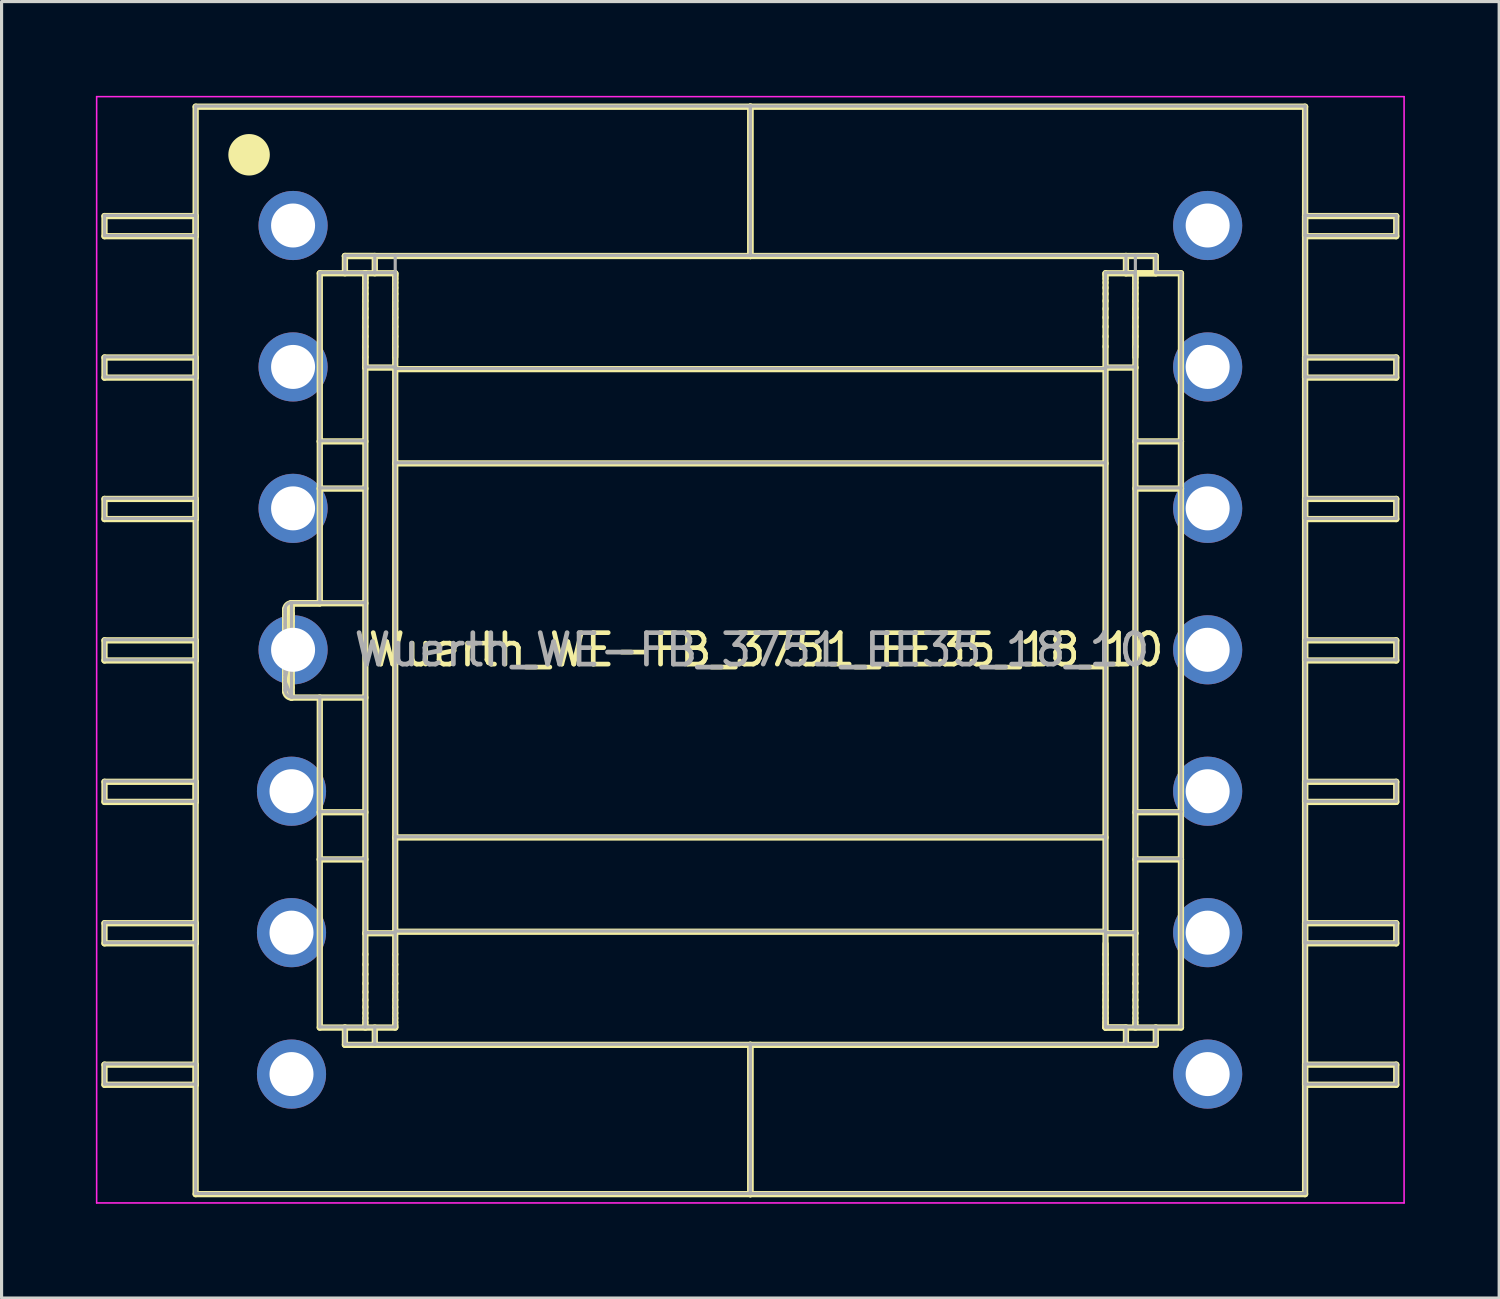
<source format=kicad_pcb>
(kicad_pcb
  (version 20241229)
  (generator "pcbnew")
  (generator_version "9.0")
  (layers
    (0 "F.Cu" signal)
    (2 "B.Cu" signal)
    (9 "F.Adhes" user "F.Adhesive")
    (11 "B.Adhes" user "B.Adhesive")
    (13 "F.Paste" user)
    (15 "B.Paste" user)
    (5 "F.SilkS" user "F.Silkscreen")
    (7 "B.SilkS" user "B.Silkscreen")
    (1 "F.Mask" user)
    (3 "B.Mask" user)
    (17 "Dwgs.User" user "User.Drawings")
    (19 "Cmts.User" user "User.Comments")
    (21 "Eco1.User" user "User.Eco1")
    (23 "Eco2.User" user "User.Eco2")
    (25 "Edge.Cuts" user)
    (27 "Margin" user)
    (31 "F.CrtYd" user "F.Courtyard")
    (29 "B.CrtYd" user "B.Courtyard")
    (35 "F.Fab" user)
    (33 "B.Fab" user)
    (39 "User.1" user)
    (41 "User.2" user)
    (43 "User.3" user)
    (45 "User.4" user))
  (footprint "Wuerth_WE-FB_3751_EE35_18_10"
    (layer "F.Cu")
    (at 20.825 17.625)
    (property "Reference" "Wuerth_WE-FB_3751_EE35_18_10" (at 0.5 0 0) (unlocked yes) (layer "F.SilkS") (effects (font (size 1 1) (thickness 0.15))))
    (attr through_hole)
    (fp_line (start -20.55 -13.8) (end -17.65 -13.8) (stroke (width 0.2) (type default)) (layer "F.SilkS"))
    (fp_line (start -20.55 -13.16) (end -20.55 -13.8) (stroke (width 0.2) (type default)) (layer "F.SilkS"))
    (fp_line (start -20.55 -13.16) (end -17.65 -13.16) (stroke (width 0.2) (type default)) (layer "F.SilkS"))
    (fp_line (start -20.55 -9.3) (end -17.65 -9.3) (stroke (width 0.2) (type default)) (layer "F.SilkS"))
    (fp_line (start -20.55 -8.66) (end -20.55 -9.3) (stroke (width 0.2) (type default)) (layer "F.SilkS"))
    (fp_line (start -20.55 -8.66) (end -17.65 -8.66) (stroke (width 0.2) (type default)) (layer "F.SilkS"))
    (fp_line (start -20.55 -4.8) (end -17.65 -4.8) (stroke (width 0.2) (type default)) (layer "F.SilkS"))
    (fp_line (start -20.55 -4.16) (end -20.55 -4.8) (stroke (width 0.2) (type default)) (layer "F.SilkS"))
    (fp_line (start -20.55 -4.16) (end -17.65 -4.16) (stroke (width 0.2) (type default)) (layer "F.SilkS"))
    (fp_line (start -20.55 -0.3) (end -17.65 -0.3) (stroke (width 0.2) (type default)) (layer "F.SilkS"))
    (fp_line (start -20.55 0.34) (end -20.55 -0.3) (stroke (width 0.2) (type default)) (layer "F.SilkS"))
    (fp_line (start -20.55 0.34) (end -17.65 0.34) (stroke (width 0.2) (type default)) (layer "F.SilkS"))
    (fp_line (start -20.55 4.2) (end -20.55 4.84) (stroke (width 0.2) (type default)) (layer "F.SilkS"))
    (fp_line (start -20.55 4.2) (end -17.65 4.2) (stroke (width 0.2) (type default)) (layer "F.SilkS"))
    (fp_line (start -20.55 4.84) (end -17.65 4.84) (stroke (width 0.2) (type default)) (layer "F.SilkS"))
    (fp_line (start -20.55 8.7) (end -20.55 9.34) (stroke (width 0.2) (type default)) (layer "F.SilkS"))
    (fp_line (start -20.55 8.7) (end -17.65 8.7) (stroke (width 0.2) (type default)) (layer "F.SilkS"))
    (fp_line (start -20.55 9.34) (end -17.65 9.34) (stroke (width 0.2) (type default)) (layer "F.SilkS"))
    (fp_line (start -20.55 13.2) (end -20.55 13.84) (stroke (width 0.2) (type default)) (layer "F.SilkS"))
    (fp_line (start -20.55 13.2) (end -17.65 13.2) (stroke (width 0.2) (type default)) (layer "F.SilkS"))
    (fp_line (start -20.55 13.84) (end -17.65 13.84) (stroke (width 0.2) (type default)) (layer "F.SilkS"))
    (fp_line (start -17.65 -17.28) (end -17.65 17.32) (stroke (width 0.2) (type default)) (layer "F.SilkS"))
    (fp_line (start -17.65 -13.8) (end -17.65 -13.16) (stroke (width 0.2) (type default)) (layer "F.SilkS"))
    (fp_line (start -17.65 -9.3) (end -17.65 -8.66) (stroke (width 0.2) (type default)) (layer "F.SilkS"))
    (fp_line (start -17.65 -4.8) (end -17.65 -4.16) (stroke (width 0.2) (type default)) (layer "F.SilkS"))
    (fp_line (start -17.65 -0.3) (end -17.65 0.34) (stroke (width 0.2) (type default)) (layer "F.SilkS"))
    (fp_line (start -17.65 4.2) (end -17.65 4.84) (stroke (width 0.2) (type default)) (layer "F.SilkS"))
    (fp_line (start -17.65 9.34) (end -17.65 8.7) (stroke (width 0.2) (type default)) (layer "F.SilkS"))
    (fp_line (start -17.65 13.84) (end -17.65 13.2) (stroke (width 0.2) (type default)) (layer "F.SilkS"))
    (fp_line (start -17.65 17.32) (end 0 17.32) (stroke (width 0.2) (type default)) (layer "F.SilkS"))
    (fp_line (start -14.8 -1.28) (end -14.6 -1.153) (stroke (width 0.2) (type default)) (layer "F.SilkS"))
    (fp_line (start -14.8 0.02) (end -14.6 0.02) (stroke (width 0.2) (type default)) (layer "F.SilkS"))
    (fp_line (start -14.8 1.287) (end -14.8 1.32) (stroke (width 0.2) (type default)) (layer "F.SilkS"))
    (fp_line (start -14.8 1.32) (end -14.8 1.191) (stroke (width 0.2) (type default)) (layer "F.SilkS"))
    (fp_line (start -14.6 1.482) (end -14.6 1.52) (stroke (width 0.2) (type default)) (layer "F.SilkS"))
    (fp_line (start -13.7 -6.63) (end -13.7 -11.98) (stroke (width 0.2) (type default)) (layer "F.SilkS"))
    (fp_line (start -13.7 -6.63) (end -13.7 -5.13) (stroke (width 0.2) (type default)) (layer "F.SilkS"))
    (fp_line (start -13.7 -5.13) (end -12.25 -5.13) (stroke (width 0.2) (type default)) (layer "F.SilkS"))
    (fp_line (start -13.7 -1.48) (end -14.6 -1.48) (stroke (width 0.2) (type default)) (layer "F.SilkS"))
    (fp_line (start -13.7 -1.48) (end -14.6 -1.48) (stroke (width 0.2) (type default)) (layer "F.SilkS"))
    (fp_line (start -13.7 -1.48) (end -13.7 -5.13) (stroke (width 0.2) (type default)) (layer "F.SilkS"))
    (fp_line (start -13.7 5.17) (end -13.7 1.52) (stroke (width 0.2) (type default)) (layer "F.SilkS"))
    (fp_line (start -13.7 6.67) (end -13.7 5.17) (stroke (width 0.2) (type default)) (layer "F.SilkS"))
    (fp_line (start -13.7 6.67) (end -12.25 6.67) (stroke (width 0.2) (type default)) (layer "F.SilkS"))
    (fp_line (start -13.7 12.02) (end -13.7 6.67) (stroke (width 0.2) (type default)) (layer "F.SilkS"))
    (fp_line (start -12.9 -12.53) (end 0 -12.53) (stroke (width 0.2) (type default)) (layer "F.SilkS"))
    (fp_line (start -12.9 -11.98) (end -12.9 -12.53) (stroke (width 0.2) (type default)) (layer "F.SilkS"))
    (fp_line (start -12.9 12.02) (end -13.7 12.02) (stroke (width 0.2) (type default)) (layer "F.SilkS"))
    (fp_line (start -12.9 12.57) (end -12.9 12.02) (stroke (width 0.2) (type default)) (layer "F.SilkS"))
    (fp_line (start -12.25 -11.98) (end -13.7 -11.98) (stroke (width 0.2) (type default)) (layer "F.SilkS"))
    (fp_line (start -12.25 -9.316) (end -12.25 -8.98) (stroke (width 0.2) (type default)) (layer "F.SilkS"))
    (fp_line (start -12.25 -6.63) (end -13.7 -6.63) (stroke (width 0.2) (type default)) (layer "F.SilkS"))
    (fp_line (start -12.25 -1.48) (end -14.6 -1.48) (stroke (width 0.2) (type default)) (layer "F.SilkS"))
    (fp_line (start -12.25 1.52) (end -14.6 1.52) (stroke (width 0.2) (type default)) (layer "F.SilkS"))
    (fp_line (start -12.25 5.17) (end -13.7 5.17) (stroke (width 0.2) (type default)) (layer "F.SilkS"))
    (fp_line (start -12.25 9.02) (end -12.25 -8.98) (stroke (width 0.2) (type default)) (layer "F.SilkS"))
    (fp_line (start -11.95 -12.53) (end -12.9 -12.53) (stroke (width 0.2) (type default)) (layer "F.SilkS"))
    (fp_line (start -11.95 -11.98) (end -11.95 -12.53) (stroke (width 0.2) (type default)) (layer "F.SilkS"))
    (fp_line (start -11.95 12.57) (end -11.95 12.02) (stroke (width 0.2) (type default)) (layer "F.SilkS"))
    (fp_line (start -11.3 -11.98) (end -12.25 -11.98) (stroke (width 0.2) (type default)) (layer "F.SilkS"))
    (fp_line (start -11.3 -8.98) (end -12.25 -8.98) (stroke (width 0.2) (type default)) (layer "F.SilkS"))
    (fp_line (start -11.3 -8.93) (end -11.3 -8.98) (stroke (width 0.2) (type default)) (layer "F.SilkS"))
    (fp_line (start -11.3 -8.93) (end 11.3 -8.93) (stroke (width 0.2) (type default)) (layer "F.SilkS"))
    (fp_line (start -11.3 -5.93) (end 11.3 -5.93) (stroke (width 0.2) (type default)) (layer "F.SilkS"))
    (fp_line (start -11.3 5.97) (end 11.3 5.97) (stroke (width 0.2) (type default)) (layer "F.SilkS"))
    (fp_line (start -11.3 8.97) (end -11.3 9.02) (stroke (width 0.2) (type default)) (layer "F.SilkS"))
    (fp_line (start -11.3 8.97) (end 11.3 8.97) (stroke (width 0.2) (type default)) (layer "F.SilkS"))
    (fp_line (start -11.3 9.02) (end -12.25 9.02) (stroke (width 0.2) (type default)) (layer "F.SilkS"))
    (fp_line (start -11.3 9.02) (end -11.3 -8.98) (stroke (width 0.2) (type default)) (layer "F.SilkS"))
    (fp_line (start -11.3 12.02) (end -12.9 12.02) (stroke (width 0.2) (type default)) (layer "F.SilkS"))
    (fp_line (start 0 -17.28) (end -17.65 -17.28) (stroke (width 0.2) (type default)) (layer "F.SilkS"))
    (fp_line (start 0 -17.28) (end 0 -12.53) (stroke (width 0.2) (type default)) (layer "F.SilkS"))
    (fp_line (start 0 -12.53) (end 0 -17.28) (stroke (width 0.2) (type default)) (layer "F.SilkS"))
    (fp_line (start 0 -12.53) (end 11.95 -12.53) (stroke (width 0.2) (type default)) (layer "F.SilkS"))
    (fp_line (start 0 12.57) (end -12.9 12.57) (stroke (width 0.2) (type default)) (layer "F.SilkS"))
    (fp_line (start 0 12.57) (end 0 17.32) (stroke (width 0.2) (type default)) (layer "F.SilkS"))
    (fp_line (start 0 17.32) (end 0 12.57) (stroke (width 0.2) (type default)) (layer "F.SilkS"))
    (fp_line (start 0 17.32) (end 17.65 17.32) (stroke (width 0.2) (type default)) (layer "F.SilkS"))
    (fp_line (start 11.3 -11.98) (end 12.25 -11.98) (stroke (width 0.2) (type default)) (layer "F.SilkS"))
    (fp_line (start 11.3 -8.98) (end 11.3 -8.93) (stroke (width 0.2) (type default)) (layer "F.SilkS"))
    (fp_line (start 11.3 -8.98) (end 11.3 9.02) (stroke (width 0.2) (type default)) (layer "F.SilkS"))
    (fp_line (start 11.3 -8.98) (end 12.25 -8.98) (stroke (width 0.2) (type default)) (layer "F.SilkS"))
    (fp_line (start 11.3 9.02) (end 11.3 8.97) (stroke (width 0.2) (type default)) (layer "F.SilkS"))
    (fp_line (start 11.3 9.02) (end 12.25 9.02) (stroke (width 0.2) (type default)) (layer "F.SilkS"))
    (fp_line (start 11.3 12.02) (end 12.9 12.02) (stroke (width 0.2) (type default)) (layer "F.SilkS"))
    (fp_line (start 11.95 -11.98) (end 11.95 -12.53) (stroke (width 0.2) (type default)) (layer "F.SilkS"))
    (fp_line (start 11.95 -11.98) (end 12.9 -11.98) (stroke (width 0.2) (type default)) (layer "F.SilkS"))
    (fp_line (start 11.95 12.02) (end 11.3 12.02) (stroke (width 0.2) (type default)) (layer "F.SilkS"))
    (fp_line (start 11.95 12.57) (end 11.95 12.02) (stroke (width 0.2) (type default)) (layer "F.SilkS"))
    (fp_line (start 12.25 -11.98) (end 13.7 -11.98) (stroke (width 0.2) (type default)) (layer "F.SilkS"))
    (fp_line (start 12.25 -8.98) (end 12.25 9.02) (stroke (width 0.2) (type default)) (layer "F.SilkS"))
    (fp_line (start 12.25 -6.63) (end 13.7 -6.63) (stroke (width 0.2) (type default)) (layer "F.SilkS"))
    (fp_line (start 12.25 5.17) (end 13.7 5.17) (stroke (width 0.2) (type default)) (layer "F.SilkS"))
    (fp_line (start 12.9 -12.53) (end 11.95 -12.53) (stroke (width 0.2) (type default)) (layer "F.SilkS"))
    (fp_line (start 12.9 -12.53) (end 12.9 -11.98) (stroke (width 0.2) (type default)) (layer "F.SilkS"))
    (fp_line (start 12.9 12.02) (end 12.9 12.57) (stroke (width 0.2) (type default)) (layer "F.SilkS"))
    (fp_line (start 12.9 12.02) (end 13.7 12.02) (stroke (width 0.2) (type default)) (layer "F.SilkS"))
    (fp_line (start 12.9 12.57) (end 0 12.57) (stroke (width 0.2) (type default)) (layer "F.SilkS"))
    (fp_line (start 13.7 -6.63) (end 13.7 -11.98) (stroke (width 0.2) (type default)) (layer "F.SilkS"))
    (fp_line (start 13.7 -6.63) (end 13.7 -5.13) (stroke (width 0.2) (type default)) (layer "F.SilkS"))
    (fp_line (start 13.7 -5.13) (end 12.25 -5.13) (stroke (width 0.2) (type default)) (layer "F.SilkS"))
    (fp_line (start 13.7 5.17) (end 13.7 -5.13) (stroke (width 0.2) (type default)) (layer "F.SilkS"))
    (fp_line (start 13.7 6.67) (end 12.25 6.67) (stroke (width 0.2) (type default)) (layer "F.SilkS"))
    (fp_line (start 13.7 6.67) (end 13.7 5.17) (stroke (width 0.2) (type default)) (layer "F.SilkS"))
    (fp_line (start 13.7 12.02) (end 13.7 6.67) (stroke (width 0.2) (type default)) (layer "F.SilkS"))
    (fp_line (start 17.65 -17.28) (end 0 -17.28) (stroke (width 0.2) (type default)) (layer "F.SilkS"))
    (fp_line (start 17.65 -13.8) (end 20.55 -13.8) (stroke (width 0.2) (type default)) (layer "F.SilkS"))
    (fp_line (start 17.65 -13.16) (end 17.65 -13.8) (stroke (width 0.2) (type default)) (layer "F.SilkS"))
    (fp_line (start 17.65 -13.16) (end 20.55 -13.16) (stroke (width 0.2) (type default)) (layer "F.SilkS"))
    (fp_line (start 17.65 -9.3) (end 20.55 -9.3) (stroke (width 0.2) (type default)) (layer "F.SilkS"))
    (fp_line (start 17.65 -8.66) (end 17.65 -9.3) (stroke (width 0.2) (type default)) (layer "F.SilkS"))
    (fp_line (start 17.65 -8.66) (end 20.55 -8.66) (stroke (width 0.2) (type default)) (layer "F.SilkS"))
    (fp_line (start 17.65 -4.8) (end 17.65 -4.16) (stroke (width 0.2) (type default)) (layer "F.SilkS"))
    (fp_line (start 17.65 -4.8) (end 20.55 -4.8) (stroke (width 0.2) (type default)) (layer "F.SilkS"))
    (fp_line (start 17.65 -4.16) (end 20.55 -4.16) (stroke (width 0.2) (type default)) (layer "F.SilkS"))
    (fp_line (start 17.65 -0.3) (end 20.55 -0.3) (stroke (width 0.2) (type default)) (layer "F.SilkS"))
    (fp_line (start 17.65 0.34) (end 17.65 -0.3) (stroke (width 0.2) (type default)) (layer "F.SilkS"))
    (fp_line (start 17.65 0.34) (end 20.55 0.34) (stroke (width 0.2) (type default)) (layer "F.SilkS"))
    (fp_line (start 17.65 4.2) (end 17.65 4.84) (stroke (width 0.2) (type default)) (layer "F.SilkS"))
    (fp_line (start 17.65 4.2) (end 20.55 4.2) (stroke (width 0.2) (type default)) (layer "F.SilkS"))
    (fp_line (start 17.65 4.84) (end 20.55 4.84) (stroke (width 0.2) (type default)) (layer "F.SilkS"))
    (fp_line (start 17.65 8.7) (end 17.65 9.34) (stroke (width 0.2) (type default)) (layer "F.SilkS"))
    (fp_line (start 17.65 8.7) (end 20.55 8.7) (stroke (width 0.2) (type default)) (layer "F.SilkS"))
    (fp_line (start 17.65 9.34) (end 20.55 9.34) (stroke (width 0.2) (type default)) (layer "F.SilkS"))
    (fp_line (start 17.65 13.2) (end 17.65 13.84) (stroke (width 0.2) (type default)) (layer "F.SilkS"))
    (fp_line (start 17.65 13.2) (end 20.55 13.2) (stroke (width 0.2) (type default)) (layer "F.SilkS"))
    (fp_line (start 17.65 13.84) (end 20.55 13.84) (stroke (width 0.2) (type default)) (layer "F.SilkS"))
    (fp_line (start 17.65 17.32) (end 17.65 -17.28) (stroke (width 0.2) (type default)) (layer "F.SilkS"))
    (fp_line (start 20.55 -13.8) (end 20.55 -13.16) (stroke (width 0.2) (type default)) (layer "F.SilkS"))
    (fp_line (start 20.55 -9.3) (end 20.55 -8.66) (stroke (width 0.2) (type default)) (layer "F.SilkS"))
    (fp_line (start 20.55 -4.8) (end 20.55 -4.16) (stroke (width 0.2) (type default)) (layer "F.SilkS"))
    (fp_line (start 20.55 -0.3) (end 20.55 0.34) (stroke (width 0.2) (type default)) (layer "F.SilkS"))
    (fp_line (start 20.55 4.84) (end 20.55 4.2) (stroke (width 0.2) (type default)) (layer "F.SilkS"))
    (fp_line (start 20.55 9.34) (end 20.55 8.7) (stroke (width 0.2) (type default)) (layer "F.SilkS"))
    (fp_line (start 20.55 13.84) (end 20.55 13.2) (stroke (width 0.2) (type default)) (layer "F.SilkS"))
    (fp_circle (center -15.95 -15.75) (end -15.35 -15.75) (stroke (width 0.12) (type default)) (fill yes) (layer "F.SilkS"))
    (fp_curve (pts (xy -14.8 -1.247) (xy -14.8 -1.28) (xy -14.8 -1.28) (xy -14.8 -1.28)) (stroke (width 0.2) (type default)) (layer "F.SilkS"))
    (fp_curve (pts (xy -14.8 -1.151) (xy -14.8 -1.247) (xy -14.8 -1.247) (xy -14.8 -1.28)) (stroke (width 0.2) (type default)) (layer "F.SilkS"))
    (fp_curve (pts (xy -14.8 -0.996) (xy -14.8 -1.151) (xy -14.8 -1.151) (xy -14.8 -1.247)) (stroke (width 0.2) (type default)) (layer "F.SilkS"))
    (fp_curve (pts (xy -14.8 -0.791) (xy -14.8 -0.996) (xy -14.8 -0.996) (xy -14.8 -1.151)) (stroke (width 0.2) (type default)) (layer "F.SilkS"))
    (fp_curve (pts (xy -14.8 -0.544) (xy -14.8 -0.791) (xy -14.8 -0.791) (xy -14.8 -0.996)) (stroke (width 0.2) (type default)) (layer "F.SilkS"))
    (fp_curve (pts (xy -14.8 -0.269) (xy -14.8 -0.544) (xy -14.8 -0.544) (xy -14.8 -0.791)) (stroke (width 0.2) (type default)) (layer "F.SilkS"))
    (fp_curve (pts (xy -14.8 0.02) (xy -14.8 -0.269) (xy -14.8 -0.269) (xy -14.8 -0.544)) (stroke (width 0.2) (type default)) (layer "F.SilkS"))
    (fp_curve (pts (xy -14.8 0.02) (xy -14.8 0.24) (xy -14.8 0.449) (xy -14.8 0.449)) (stroke (width 0.2) (type default)) (layer "F.SilkS"))
    (fp_curve (pts (xy -14.8 0.309) (xy -14.8 0.02) (xy -14.8 0.02) (xy -14.8 -0.269)) (stroke (width 0.2) (type default)) (layer "F.SilkS"))
    (fp_curve (pts (xy -14.8 0.449) (xy -14.8 0.586) (xy -14.8 0.712) (xy -14.8 0.712)) (stroke (width 0.2) (type default)) (layer "F.SilkS"))
    (fp_curve (pts (xy -14.8 0.584) (xy -14.8 0.309) (xy -14.8 0.309) (xy -14.8 0.02)) (stroke (width 0.2) (type default)) (layer "F.SilkS"))
    (fp_curve (pts (xy -14.8 0.712) (xy -14.8 0.771) (xy -14.8 0.831) (xy -14.8 0.831)) (stroke (width 0.2) (type default)) (layer "F.SilkS"))
    (fp_curve (pts (xy -14.8 0.831) (xy -14.8 0.584) (xy -14.8 0.584) (xy -14.8 0.309)) (stroke (width 0.2) (type default)) (layer "F.SilkS"))
    (fp_curve (pts (xy -14.8 0.831) (xy -14.8 0.885) (xy -14.8 0.939) (xy -14.8 0.939)) (stroke (width 0.2) (type default)) (layer "F.SilkS"))
    (fp_curve (pts (xy -14.8 0.939) (xy -14.8 0.988) (xy -14.8 1.036) (xy -14.8 1.036)) (stroke (width 0.2) (type default)) (layer "F.SilkS"))
    (fp_curve (pts (xy -14.8 1.036) (xy -14.8 0.831) (xy -14.8 0.831) (xy -14.8 0.584)) (stroke (width 0.2) (type default)) (layer "F.SilkS"))
    (fp_curve (pts (xy -14.8 1.036) (xy -14.8 1.079) (xy -14.8 1.121) (xy -14.8 1.121)) (stroke (width 0.2) (type default)) (layer "F.SilkS"))
    (fp_curve (pts (xy -14.8 1.121) (xy -14.8 1.156) (xy -14.8 1.191) (xy -14.8 1.191)) (stroke (width 0.2) (type default)) (layer "F.SilkS"))
    (fp_curve (pts (xy -14.8 1.191) (xy -14.8 1.036) (xy -14.8 1.036) (xy -14.8 0.831)) (stroke (width 0.2) (type default)) (layer "F.SilkS"))
    (fp_curve (pts (xy -14.8 1.191) (xy -14.8 1.219) (xy -14.8 1.247) (xy -14.8 1.247)) (stroke (width 0.2) (type default)) (layer "F.SilkS"))
    (fp_curve (pts (xy -14.8 1.247) (xy -14.8 1.267) (xy -14.8 1.287) (xy -14.8 1.287)) (stroke (width 0.2) (type default)) (layer "F.SilkS"))
    (fp_curve (pts (xy -14.8 1.287) (xy -14.8 1.191) (xy -14.8 1.191) (xy -14.8 1.036)) (stroke (width 0.2) (type default)) (layer "F.SilkS"))
    (fp_curve (pts (xy -14.8 1.287) (xy -14.8 1.3) (xy -14.8 1.312) (xy -14.8 1.312)) (stroke (width 0.2) (type default)) (layer "F.SilkS"))
    (fp_curve (pts (xy -14.8 1.312) (xy -14.8 1.316) (xy -14.8 1.32) (xy -14.8 1.32)) (stroke (width 0.2) (type default)) (layer "F.SilkS"))
    (fp_curve (pts (xy -14.8 1.32) (xy -14.8 1.287) (xy -14.8 1.287) (xy -14.8 1.191)) (stroke (width 0.2) (type default)) (layer "F.SilkS"))
    (fp_curve (pts (xy -14.6 -1.48) (xy -14.705 -1.483) (xy -14.802 -1.389) (xy -14.8 -1.28)) (stroke (width 0.2) (type default)) (layer "F.SilkS"))
    (fp_curve (pts (xy -14.6 -1.442) (xy -14.6 -1.48) (xy -14.6 -1.48) (xy -14.6 -1.48)) (stroke (width 0.2) (type default)) (layer "F.SilkS"))
    (fp_curve (pts (xy -14.6 -1.331) (xy -14.6 -1.442) (xy -14.6 -1.442) (xy -14.6 -1.48)) (stroke (width 0.2) (type default)) (layer "F.SilkS"))
    (fp_curve (pts (xy -14.6 -1.153) (xy -14.6 -1.331) (xy -14.6 -1.331) (xy -14.6 -1.442)) (stroke (width 0.2) (type default)) (layer "F.SilkS"))
    (fp_curve (pts (xy -14.6 -0.915) (xy -14.6 -1.153) (xy -14.6 -1.153) (xy -14.6 -1.331)) (stroke (width 0.2) (type default)) (layer "F.SilkS"))
    (fp_curve (pts (xy -14.6 -0.631) (xy -14.6 -0.915) (xy -14.6 -0.915) (xy -14.6 -1.153)) (stroke (width 0.2) (type default)) (layer "F.SilkS"))
    (fp_curve (pts (xy -14.6 -0.314) (xy -14.6 -0.631) (xy -14.6 -0.631) (xy -14.6 -0.915)) (stroke (width 0.2) (type default)) (layer "F.SilkS"))
    (fp_curve (pts (xy -14.6 0.02) (xy -14.6 -0.314) (xy -14.6 -0.314) (xy -14.6 -0.631)) (stroke (width 0.2) (type default)) (layer "F.SilkS"))
    (fp_curve (pts (xy -14.6 0.354) (xy -14.6 0.02) (xy -14.6 0.02) (xy -14.6 -0.314)) (stroke (width 0.2) (type default)) (layer "F.SilkS"))
    (fp_curve (pts (xy -14.6 0.671) (xy -14.6 0.354) (xy -14.6 0.354) (xy -14.6 0.02)) (stroke (width 0.2) (type default)) (layer "F.SilkS"))
    (fp_curve (pts (xy -14.6 0.955) (xy -14.6 0.671) (xy -14.6 0.671) (xy -14.6 0.354)) (stroke (width 0.2) (type default)) (layer "F.SilkS"))
    (fp_curve (pts (xy -14.6 1.193) (xy -14.6 0.955) (xy -14.6 0.955) (xy -14.6 0.671)) (stroke (width 0.2) (type default)) (layer "F.SilkS"))
    (fp_curve (pts (xy -14.6 1.371) (xy -14.6 1.193) (xy -14.6 1.193) (xy -14.6 0.955)) (stroke (width 0.2) (type default)) (layer "F.SilkS"))
    (fp_curve (pts (xy -14.6 1.482) (xy -14.6 1.371) (xy -14.6 1.371) (xy -14.6 1.193)) (stroke (width 0.2) (type default)) (layer "F.SilkS"))
    (fp_curve (pts (xy -14.6 1.52) (xy -14.705 1.523) (xy -14.802 1.429) (xy -14.8 1.32)) (stroke (width 0.2) (type default)) (layer "F.SilkS"))
    (fp_curve (pts (xy -14.6 1.52) (xy -14.6 1.482) (xy -14.6 1.482) (xy -14.6 1.371)) (stroke (width 0.2) (type default)) (layer "F.SilkS"))
    (fp_curve (pts (xy -12.25 -11.961) (xy -12.25 -11.98) (xy -12.25 -11.98) (xy -12.25 -11.98)) (stroke (width 0.2) (type default)) (layer "F.SilkS"))
    (fp_curve (pts (xy -12.25 -11.905) (xy -12.25 -11.961) (xy -12.25 -11.961) (xy -12.25 -11.98)) (stroke (width 0.2) (type default)) (layer "F.SilkS"))
    (fp_curve (pts (xy -12.25 -11.812) (xy -12.25 -11.905) (xy -12.25 -11.905) (xy -12.25 -11.961)) (stroke (width 0.2) (type default)) (layer "F.SilkS"))
    (fp_curve (pts (xy -12.25 -11.683) (xy -12.25 -11.812) (xy -12.25 -11.812) (xy -12.25 -11.905)) (stroke (width 0.2) (type default)) (layer "F.SilkS"))
    (fp_curve (pts (xy -12.25 -11.52) (xy -12.25 -11.683) (xy -12.25 -11.683) (xy -12.25 -11.812)) (stroke (width 0.2) (type default)) (layer "F.SilkS"))
    (fp_curve (pts (xy -12.25 -11.325) (xy -12.25 -11.52) (xy -12.25 -11.52) (xy -12.25 -11.683)) (stroke (width 0.2) (type default)) (layer "F.SilkS"))
    (fp_curve (pts (xy -12.25 -11.101) (xy -12.25 -11.325) (xy -12.25 -11.325) (xy -12.25 -11.52)) (stroke (width 0.2) (type default)) (layer "F.SilkS"))
    (fp_curve (pts (xy -12.25 -10.85) (xy -12.25 -11.101) (xy -12.25 -11.101) (xy -12.25 -11.325)) (stroke (width 0.2) (type default)) (layer "F.SilkS"))
    (fp_curve (pts (xy -12.25 -10.576) (xy -12.25 -10.85) (xy -12.25 -10.85) (xy -12.25 -11.101)) (stroke (width 0.2) (type default)) (layer "F.SilkS"))
    (fp_curve (pts (xy -12.25 -10.282) (xy -12.25 -10.576) (xy -12.25 -10.576) (xy -12.25 -10.85)) (stroke (width 0.2) (type default)) (layer "F.SilkS"))
    (fp_curve (pts (xy -12.25 -9.971) (xy -12.25 -10.282) (xy -12.25 -10.282) (xy -12.25 -10.576)) (stroke (width 0.2) (type default)) (layer "F.SilkS"))
    (fp_curve (pts (xy -12.25 -9.648) (xy -12.25 -9.971) (xy -12.25 -9.971) (xy -12.25 -10.282)) (stroke (width 0.2) (type default)) (layer "F.SilkS"))
    (fp_curve (pts (xy -12.25 -9.316) (xy -12.25 -9.648) (xy -12.25 -9.648) (xy -12.25 -9.971)) (stroke (width 0.2) (type default)) (layer "F.SilkS"))
    (fp_curve (pts (xy -12.25 -8.98) (xy -12.25 -9.316) (xy -12.25 -9.316) (xy -12.25 -9.648)) (stroke (width 0.2) (type default)) (layer "F.SilkS"))
    (fp_curve (pts (xy -12.25 9.688) (xy -12.25 9.357) (xy -12.25 9.02) (xy -12.25 9.02)) (stroke (width 0.2) (type default)) (layer "F.SilkS"))
    (fp_curve (pts (xy -12.25 10.011) (xy -12.25 9.849) (xy -12.25 9.688) (xy -12.25 9.688)) (stroke (width 0.2) (type default)) (layer "F.SilkS"))
    (fp_curve (pts (xy -12.25 10.322) (xy -12.25 10.166) (xy -12.25 10.011) (xy -12.25 10.011)) (stroke (width 0.2) (type default)) (layer "F.SilkS"))
    (fp_curve (pts (xy -12.25 10.616) (xy -12.25 10.469) (xy -12.25 10.322) (xy -12.25 10.322)) (stroke (width 0.2) (type default)) (layer "F.SilkS"))
    (fp_curve (pts (xy -12.25 10.89) (xy -12.25 10.753) (xy -12.25 10.616) (xy -12.25 10.616)) (stroke (width 0.2) (type default)) (layer "F.SilkS"))
    (fp_curve (pts (xy -12.25 11.141) (xy -12.25 11.016) (xy -12.25 10.89) (xy -12.25 10.89)) (stroke (width 0.2) (type default)) (layer "F.SilkS"))
    (fp_curve (pts (xy -12.25 11.365) (xy -12.25 11.253) (xy -12.25 11.141) (xy -12.25 11.141)) (stroke (width 0.2) (type default)) (layer "F.SilkS"))
    (fp_curve (pts (xy -12.25 11.56) (xy -12.25 11.463) (xy -12.25 11.365) (xy -12.25 11.365)) (stroke (width 0.2) (type default)) (layer "F.SilkS"))
    (fp_curve (pts (xy -12.25 11.723) (xy -12.25 11.642) (xy -12.25 11.56) (xy -12.25 11.56)) (stroke (width 0.2) (type default)) (layer "F.SilkS"))
    (fp_curve (pts (xy -12.25 11.852) (xy -12.25 11.787) (xy -12.25 11.723) (xy -12.25 11.723)) (stroke (width 0.2) (type default)) (layer "F.SilkS"))
    (fp_curve (pts (xy -12.25 11.945) (xy -12.25 11.898) (xy -12.25 11.852) (xy -12.25 11.852)) (stroke (width 0.2) (type default)) (layer "F.SilkS"))
    (fp_curve (pts (xy -12.25 12.001) (xy -12.25 11.973) (xy -12.25 11.945) (xy -12.25 11.945)) (stroke (width 0.2) (type default)) (layer "F.SilkS"))
    (fp_curve (pts (xy -12.25 12.02) (xy -12.25 12.011) (xy -12.25 12.001) (xy -12.25 12.001)) (stroke (width 0.2) (type default)) (layer "F.SilkS"))
    (fp_curve (pts (xy -11.3 -11.961) (xy -11.3 -11.98) (xy -11.3 -11.98) (xy -11.3 -11.98)) (stroke (width 0.2) (type default)) (layer "F.SilkS"))
    (fp_curve (pts (xy -11.3 -11.905) (xy -11.3 -11.961) (xy -11.3 -11.961) (xy -11.3 -11.98)) (stroke (width 0.2) (type default)) (layer "F.SilkS"))
    (fp_curve (pts (xy -11.3 -11.812) (xy -11.3 -11.905) (xy -11.3 -11.905) (xy -11.3 -11.961)) (stroke (width 0.2) (type default)) (layer "F.SilkS"))
    (fp_curve (pts (xy -11.3 -11.683) (xy -11.3 -11.812) (xy -11.3 -11.812) (xy -11.3 -11.905)) (stroke (width 0.2) (type default)) (layer "F.SilkS"))
    (fp_curve (pts (xy -11.3 -11.52) (xy -11.3 -11.683) (xy -11.3 -11.683) (xy -11.3 -11.812)) (stroke (width 0.2) (type default)) (layer "F.SilkS"))
    (fp_curve (pts (xy -11.3 -11.325) (xy -11.3 -11.52) (xy -11.3 -11.52) (xy -11.3 -11.683)) (stroke (width 0.2) (type default)) (layer "F.SilkS"))
    (fp_curve (pts (xy -11.3 -11.101) (xy -11.3 -11.325) (xy -11.3 -11.325) (xy -11.3 -11.52)) (stroke (width 0.2) (type default)) (layer "F.SilkS"))
    (fp_curve (pts (xy -11.3 -10.85) (xy -11.3 -11.101) (xy -11.3 -11.101) (xy -11.3 -11.325)) (stroke (width 0.2) (type default)) (layer "F.SilkS"))
    (fp_curve (pts (xy -11.3 -10.576) (xy -11.3 -10.85) (xy -11.3 -10.85) (xy -11.3 -11.101)) (stroke (width 0.2) (type default)) (layer "F.SilkS"))
    (fp_curve (pts (xy -11.3 -10.282) (xy -11.3 -10.576) (xy -11.3 -10.576) (xy -11.3 -10.85)) (stroke (width 0.2) (type default)) (layer "F.SilkS"))
    (fp_curve (pts (xy -11.3 -9.971) (xy -11.3 -10.282) (xy -11.3 -10.282) (xy -11.3 -10.576)) (stroke (width 0.2) (type default)) (layer "F.SilkS"))
    (fp_curve (pts (xy -11.3 -9.648) (xy -11.3 -9.971) (xy -11.3 -9.971) (xy -11.3 -10.282)) (stroke (width 0.2) (type default)) (layer "F.SilkS"))
    (fp_curve (pts (xy -11.3 -9.316) (xy -11.3 -9.648) (xy -11.3 -9.648) (xy -11.3 -9.971)) (stroke (width 0.2) (type default)) (layer "F.SilkS"))
    (fp_curve (pts (xy -11.3 -8.98) (xy -11.3 -9.316) (xy -11.3 -9.316) (xy -11.3 -9.648)) (stroke (width 0.2) (type default)) (layer "F.SilkS"))
    (fp_curve (pts (xy -11.3 9.688) (xy -11.3 9.357) (xy -11.3 9.02) (xy -11.3 9.02)) (stroke (width 0.2) (type default)) (layer "F.SilkS"))
    (fp_curve (pts (xy -11.3 10.011) (xy -11.3 9.849) (xy -11.3 9.688) (xy -11.3 9.688)) (stroke (width 0.2) (type default)) (layer "F.SilkS"))
    (fp_curve (pts (xy -11.3 10.322) (xy -11.3 10.166) (xy -11.3 10.011) (xy -11.3 10.011)) (stroke (width 0.2) (type default)) (layer "F.SilkS"))
    (fp_curve (pts (xy -11.3 10.616) (xy -11.3 10.469) (xy -11.3 10.322) (xy -11.3 10.322)) (stroke (width 0.2) (type default)) (layer "F.SilkS"))
    (fp_curve (pts (xy -11.3 10.89) (xy -11.3 10.753) (xy -11.3 10.616) (xy -11.3 10.616)) (stroke (width 0.2) (type default)) (layer "F.SilkS"))
    (fp_curve (pts (xy -11.3 11.141) (xy -11.3 11.016) (xy -11.3 10.89) (xy -11.3 10.89)) (stroke (width 0.2) (type default)) (layer "F.SilkS"))
    (fp_curve (pts (xy -11.3 11.365) (xy -11.3 11.253) (xy -11.3 11.141) (xy -11.3 11.141)) (stroke (width 0.2) (type default)) (layer "F.SilkS"))
    (fp_curve (pts (xy -11.3 11.56) (xy -11.3 11.463) (xy -11.3 11.365) (xy -11.3 11.365)) (stroke (width 0.2) (type default)) (layer "F.SilkS"))
    (fp_curve (pts (xy -11.3 11.723) (xy -11.3 11.642) (xy -11.3 11.56) (xy -11.3 11.56)) (stroke (width 0.2) (type default)) (layer "F.SilkS"))
    (fp_curve (pts (xy -11.3 11.852) (xy -11.3 11.787) (xy -11.3 11.723) (xy -11.3 11.723)) (stroke (width 0.2) (type default)) (layer "F.SilkS"))
    (fp_curve (pts (xy -11.3 11.945) (xy -11.3 11.898) (xy -11.3 11.852) (xy -11.3 11.852)) (stroke (width 0.2) (type default)) (layer "F.SilkS"))
    (fp_curve (pts (xy -11.3 12.001) (xy -11.3 11.973) (xy -11.3 11.945) (xy -11.3 11.945)) (stroke (width 0.2) (type default)) (layer "F.SilkS"))
    (fp_curve (pts (xy -11.3 12.02) (xy -11.3 12.011) (xy -11.3 12.001) (xy -11.3 12.001)) (stroke (width 0.2) (type default)) (layer "F.SilkS"))
    (fp_curve (pts (xy 11.3 -11.98) (xy 11.3 -11.971) (xy 11.3 -11.961) (xy 11.3 -11.961)) (stroke (width 0.2) (type default)) (layer "F.SilkS"))
    (fp_curve (pts (xy 11.3 -11.961) (xy 11.3 -11.933) (xy 11.3 -11.905) (xy 11.3 -11.905)) (stroke (width 0.2) (type default)) (layer "F.SilkS"))
    (fp_curve (pts (xy 11.3 -11.905) (xy 11.3 -11.858) (xy 11.3 -11.812) (xy 11.3 -11.812)) (stroke (width 0.2) (type default)) (layer "F.SilkS"))
    (fp_curve (pts (xy 11.3 -11.812) (xy 11.3 -11.747) (xy 11.3 -11.683) (xy 11.3 -11.683)) (stroke (width 0.2) (type default)) (layer "F.SilkS"))
    (fp_curve (pts (xy 11.3 -11.683) (xy 11.3 -11.602) (xy 11.3 -11.52) (xy 11.3 -11.52)) (stroke (width 0.2) (type default)) (layer "F.SilkS"))
    (fp_curve (pts (xy 11.3 -11.52) (xy 11.3 -11.423) (xy 11.3 -11.325) (xy 11.3 -11.325)) (stroke (width 0.2) (type default)) (layer "F.SilkS"))
    (fp_curve (pts (xy 11.3 -11.325) (xy 11.3 -11.213) (xy 11.3 -11.101) (xy 11.3 -11.101)) (stroke (width 0.2) (type default)) (layer "F.SilkS"))
    (fp_curve (pts (xy 11.3 -11.101) (xy 11.3 -10.976) (xy 11.3 -10.85) (xy 11.3 -10.85)) (stroke (width 0.2) (type default)) (layer "F.SilkS"))
    (fp_curve (pts (xy 11.3 -10.85) (xy 11.3 -10.713) (xy 11.3 -10.576) (xy 11.3 -10.576)) (stroke (width 0.2) (type default)) (layer "F.SilkS"))
    (fp_curve (pts (xy 11.3 -10.576) (xy 11.3 -10.429) (xy 11.3 -10.282) (xy 11.3 -10.282)) (stroke (width 0.2) (type default)) (layer "F.SilkS"))
    (fp_curve (pts (xy 11.3 -10.282) (xy 11.3 -10.126) (xy 11.3 -9.971) (xy 11.3 -9.971)) (stroke (width 0.2) (type default)) (layer "F.SilkS"))
    (fp_curve (pts (xy 11.3 -9.971) (xy 11.3 -9.809) (xy 11.3 -9.648) (xy 11.3 -9.648)) (stroke (width 0.2) (type default)) (layer "F.SilkS"))
    (fp_curve (pts (xy 11.3 -9.648) (xy 11.3 -9.317) (xy 11.3 -8.98) (xy 11.3 -8.98)) (stroke (width 0.2) (type default)) (layer "F.SilkS"))
    (fp_curve (pts (xy 11.3 9.02) (xy 11.3 9.356) (xy 11.3 9.356) (xy 11.3 9.688)) (stroke (width 0.2) (type default)) (layer "F.SilkS"))
    (fp_curve (pts (xy 11.3 9.356) (xy 11.3 9.688) (xy 11.3 9.688) (xy 11.3 10.011)) (stroke (width 0.2) (type default)) (layer "F.SilkS"))
    (fp_curve (pts (xy 11.3 9.688) (xy 11.3 10.011) (xy 11.3 10.011) (xy 11.3 10.322)) (stroke (width 0.2) (type default)) (layer "F.SilkS"))
    (fp_curve (pts (xy 11.3 10.011) (xy 11.3 10.322) (xy 11.3 10.322) (xy 11.3 10.616)) (stroke (width 0.2) (type default)) (layer "F.SilkS"))
    (fp_curve (pts (xy 11.3 10.322) (xy 11.3 10.616) (xy 11.3 10.616) (xy 11.3 10.89)) (stroke (width 0.2) (type default)) (layer "F.SilkS"))
    (fp_curve (pts (xy 11.3 10.616) (xy 11.3 10.89) (xy 11.3 10.89) (xy 11.3 11.141)) (stroke (width 0.2) (type default)) (layer "F.SilkS"))
    (fp_curve (pts (xy 11.3 10.89) (xy 11.3 11.141) (xy 11.3 11.141) (xy 11.3 11.365)) (stroke (width 0.2) (type default)) (layer "F.SilkS"))
    (fp_curve (pts (xy 11.3 11.141) (xy 11.3 11.365) (xy 11.3 11.365) (xy 11.3 11.56)) (stroke (width 0.2) (type default)) (layer "F.SilkS"))
    (fp_curve (pts (xy 11.3 11.365) (xy 11.3 11.56) (xy 11.3 11.56) (xy 11.3 11.723)) (stroke (width 0.2) (type default)) (layer "F.SilkS"))
    (fp_curve (pts (xy 11.3 11.56) (xy 11.3 11.723) (xy 11.3 11.723) (xy 11.3 11.852)) (stroke (width 0.2) (type default)) (layer "F.SilkS"))
    (fp_curve (pts (xy 11.3 11.723) (xy 11.3 11.852) (xy 11.3 11.852) (xy 11.3 11.945)) (stroke (width 0.2) (type default)) (layer "F.SilkS"))
    (fp_curve (pts (xy 11.3 11.852) (xy 11.3 11.945) (xy 11.3 11.945) (xy 11.3 12.001)) (stroke (width 0.2) (type default)) (layer "F.SilkS"))
    (fp_curve (pts (xy 11.3 11.945) (xy 11.3 12.001) (xy 11.3 12.001) (xy 11.3 12.02)) (stroke (width 0.2) (type default)) (layer "F.SilkS"))
    (fp_curve (pts (xy 11.3 12.001) (xy 11.3 12.02) (xy 11.3 12.02) (xy 11.3 12.02)) (stroke (width 0.2) (type default)) (layer "F.SilkS"))
    (fp_curve (pts (xy 12.25 -11.961) (xy 12.25 -11.98) (xy 12.25 -11.98) (xy 12.25 -11.98)) (stroke (width 0.2) (type default)) (layer "F.SilkS"))
    (fp_curve (pts (xy 12.25 -11.905) (xy 12.25 -11.961) (xy 12.25 -11.961) (xy 12.25 -11.98)) (stroke (width 0.2) (type default)) (layer "F.SilkS"))
    (fp_curve (pts (xy 12.25 -11.812) (xy 12.25 -11.905) (xy 12.25 -11.905) (xy 12.25 -11.961)) (stroke (width 0.2) (type default)) (layer "F.SilkS"))
    (fp_curve (pts (xy 12.25 -11.683) (xy 12.25 -11.812) (xy 12.25 -11.812) (xy 12.25 -11.905)) (stroke (width 0.2) (type default)) (layer "F.SilkS"))
    (fp_curve (pts (xy 12.25 -11.52) (xy 12.25 -11.683) (xy 12.25 -11.683) (xy 12.25 -11.812)) (stroke (width 0.2) (type default)) (layer "F.SilkS"))
    (fp_curve (pts (xy 12.25 -11.325) (xy 12.25 -11.52) (xy 12.25 -11.52) (xy 12.25 -11.683)) (stroke (width 0.2) (type default)) (layer "F.SilkS"))
    (fp_curve (pts (xy 12.25 -11.101) (xy 12.25 -11.325) (xy 12.25 -11.325) (xy 12.25 -11.52)) (stroke (width 0.2) (type default)) (layer "F.SilkS"))
    (fp_curve (pts (xy 12.25 -10.85) (xy 12.25 -11.101) (xy 12.25 -11.101) (xy 12.25 -11.325)) (stroke (width 0.2) (type default)) (layer "F.SilkS"))
    (fp_curve (pts (xy 12.25 -10.576) (xy 12.25 -10.85) (xy 12.25 -10.85) (xy 12.25 -11.101)) (stroke (width 0.2) (type default)) (layer "F.SilkS"))
    (fp_curve (pts (xy 12.25 -10.282) (xy 12.25 -10.576) (xy 12.25 -10.576) (xy 12.25 -10.85)) (stroke (width 0.2) (type default)) (layer "F.SilkS"))
    (fp_curve (pts (xy 12.25 -9.971) (xy 12.25 -10.282) (xy 12.25 -10.282) (xy 12.25 -10.576)) (stroke (width 0.2) (type default)) (layer "F.SilkS"))
    (fp_curve (pts (xy 12.25 -9.648) (xy 12.25 -9.971) (xy 12.25 -9.971) (xy 12.25 -10.282)) (stroke (width 0.2) (type default)) (layer "F.SilkS"))
    (fp_curve (pts (xy 12.25 -9.316) (xy 12.25 -9.648) (xy 12.25 -9.648) (xy 12.25 -9.971)) (stroke (width 0.2) (type default)) (layer "F.SilkS"))
    (fp_curve (pts (xy 12.25 -8.98) (xy 12.25 -9.316) (xy 12.25 -9.316) (xy 12.25 -9.648)) (stroke (width 0.2) (type default)) (layer "F.SilkS"))
    (fp_curve (pts (xy 12.25 9.688) (xy 12.25 9.357) (xy 12.25 9.02) (xy 12.25 9.02)) (stroke (width 0.2) (type default)) (layer "F.SilkS"))
    (fp_curve (pts (xy 12.25 10.011) (xy 12.25 9.849) (xy 12.25 9.688) (xy 12.25 9.688)) (stroke (width 0.2) (type default)) (layer "F.SilkS"))
    (fp_curve (pts (xy 12.25 10.322) (xy 12.25 10.166) (xy 12.25 10.011) (xy 12.25 10.011)) (stroke (width 0.2) (type default)) (layer "F.SilkS"))
    (fp_curve (pts (xy 12.25 10.616) (xy 12.25 10.469) (xy 12.25 10.322) (xy 12.25 10.322)) (stroke (width 0.2) (type default)) (layer "F.SilkS"))
    (fp_curve (pts (xy 12.25 10.89) (xy 12.25 10.753) (xy 12.25 10.616) (xy 12.25 10.616)) (stroke (width 0.2) (type default)) (layer "F.SilkS"))
    (fp_curve (pts (xy 12.25 11.141) (xy 12.25 11.016) (xy 12.25 10.89) (xy 12.25 10.89)) (stroke (width 0.2) (type default)) (layer "F.SilkS"))
    (fp_curve (pts (xy 12.25 11.365) (xy 12.25 11.253) (xy 12.25 11.141) (xy 12.25 11.141)) (stroke (width 0.2) (type default)) (layer "F.SilkS"))
    (fp_curve (pts (xy 12.25 11.56) (xy 12.25 11.463) (xy 12.25 11.365) (xy 12.25 11.365)) (stroke (width 0.2) (type default)) (layer "F.SilkS"))
    (fp_curve (pts (xy 12.25 11.723) (xy 12.25 11.642) (xy 12.25 11.56) (xy 12.25 11.56)) (stroke (width 0.2) (type default)) (layer "F.SilkS"))
    (fp_curve (pts (xy 12.25 11.852) (xy 12.25 11.787) (xy 12.25 11.723) (xy 12.25 11.723)) (stroke (width 0.2) (type default)) (layer "F.SilkS"))
    (fp_curve (pts (xy 12.25 11.945) (xy 12.25 11.898) (xy 12.25 11.852) (xy 12.25 11.852)) (stroke (width 0.2) (type default)) (layer "F.SilkS"))
    (fp_curve (pts (xy 12.25 12.001) (xy 12.25 11.973) (xy 12.25 11.945) (xy 12.25 11.945)) (stroke (width 0.2) (type default)) (layer "F.SilkS"))
    (fp_curve (pts (xy 12.25 12.02) (xy 12.25 12.011) (xy 12.25 12.001) (xy 12.25 12.001)) (stroke (width 0.2) (type default)) (layer "F.SilkS"))
    (fp_line (start -20.8 -17.6) (end -20.8 17.6) (stroke (width 0.05) (type default)) (layer "F.CrtYd"))
    (fp_line (start -20.8 -17.6) (end 20.8 -17.6) (stroke (width 0.05) (type default)) (layer "F.CrtYd"))
    (fp_line (start 20.8 17.6) (end -20.8 17.6) (stroke (width 0.05) (type default)) (layer "F.CrtYd"))
    (fp_line (start 20.8 17.6) (end 20.8 -17.6) (stroke (width 0.05) (type default)) (layer "F.CrtYd"))
    (fp_line (start -20.55 -13.82) (end -17.65 -13.82) (stroke (width 0.1) (type default)) (layer "F.Fab"))
    (fp_line (start -20.55 -13.18) (end -20.55 -13.82) (stroke (width 0.1) (type default)) (layer "F.Fab"))
    (fp_line (start -20.55 -13.18) (end -17.65 -13.18) (stroke (width 0.1) (type default)) (layer "F.Fab"))
    (fp_line (start -20.55 -9.32) (end -17.65 -9.32) (stroke (width 0.1) (type default)) (layer "F.Fab"))
    (fp_line (start -20.55 -8.68) (end -20.55 -9.32) (stroke (width 0.1) (type default)) (layer "F.Fab"))
    (fp_line (start -20.55 -8.68) (end -17.65 -8.68) (stroke (width 0.1) (type default)) (layer "F.Fab"))
    (fp_line (start -20.55 -4.82) (end -17.65 -4.82) (stroke (width 0.1) (type default)) (layer "F.Fab"))
    (fp_line (start -20.55 -4.18) (end -20.55 -4.82) (stroke (width 0.1) (type default)) (layer "F.Fab"))
    (fp_line (start -20.55 -4.18) (end -17.65 -4.18) (stroke (width 0.1) (type default)) (layer "F.Fab"))
    (fp_line (start -20.55 -0.32) (end -17.65 -0.32) (stroke (width 0.1) (type default)) (layer "F.Fab"))
    (fp_line (start -20.55 0.32) (end -20.55 -0.32) (stroke (width 0.1) (type default)) (layer "F.Fab"))
    (fp_line (start -20.55 0.32) (end -17.65 0.32) (stroke (width 0.1) (type default)) (layer "F.Fab"))
    (fp_line (start -20.55 4.18) (end -20.55 4.82) (stroke (width 0.1) (type default)) (layer "F.Fab"))
    (fp_line (start -20.55 4.18) (end -17.65 4.18) (stroke (width 0.1) (type default)) (layer "F.Fab"))
    (fp_line (start -20.55 4.82) (end -17.65 4.82) (stroke (width 0.1) (type default)) (layer "F.Fab"))
    (fp_line (start -20.55 8.68) (end -20.55 9.32) (stroke (width 0.1) (type default)) (layer "F.Fab"))
    (fp_line (start -20.55 8.68) (end -17.65 8.68) (stroke (width 0.1) (type default)) (layer "F.Fab"))
    (fp_line (start -20.55 9.32) (end -17.65 9.32) (stroke (width 0.1) (type default)) (layer "F.Fab"))
    (fp_line (start -20.55 13.18) (end -20.55 13.82) (stroke (width 0.1) (type default)) (layer "F.Fab"))
    (fp_line (start -20.55 13.18) (end -17.65 13.18) (stroke (width 0.1) (type default)) (layer "F.Fab"))
    (fp_line (start -20.55 13.82) (end -17.65 13.82) (stroke (width 0.1) (type default)) (layer "F.Fab"))
    (fp_line (start -17.65 -17.3) (end -17.65 17.3) (stroke (width 0.1) (type default)) (layer "F.Fab"))
    (fp_line (start -17.65 -13.18) (end -17.65 -13.82) (stroke (width 0.1) (type default)) (layer "F.Fab"))
    (fp_line (start -17.65 -9.32) (end -17.65 -8.68) (stroke (width 0.1) (type default)) (layer "F.Fab"))
    (fp_line (start -17.65 -4.82) (end -17.65 -4.18) (stroke (width 0.1) (type default)) (layer "F.Fab"))
    (fp_line (start -17.65 -0.32) (end -17.65 0.32) (stroke (width 0.1) (type default)) (layer "F.Fab"))
    (fp_line (start -17.65 4.82) (end -17.65 4.18) (stroke (width 0.1) (type default)) (layer "F.Fab"))
    (fp_line (start -17.65 9.32) (end -17.65 8.68) (stroke (width 0.1) (type default)) (layer "F.Fab"))
    (fp_line (start -17.65 13.82) (end -17.65 13.18) (stroke (width 0.1) (type default)) (layer "F.Fab"))
    (fp_line (start -17.65 17.3) (end 0 17.3) (stroke (width 0.1) (type default)) (layer "F.Fab"))
    (fp_line (start -14.8 0) (end -14.6 0) (stroke (width 0.1) (type default)) (layer "F.Fab"))
    (fp_line (start -14.8 0.919) (end -14.6 0) (stroke (width 0.1) (type default)) (layer "F.Fab"))
    (fp_line (start -14.8 1.016) (end -14.6 1.5) (stroke (width 0.1) (type default)) (layer "F.Fab"))
    (fp_line (start -14.8 1.3) (end -14.8 1.267) (stroke (width 0.1) (type default)) (layer "F.Fab"))
    (fp_line (start -14.6 1.462) (end -14.6 1.5) (stroke (width 0.1) (type default)) (layer "F.Fab"))
    (fp_line (start -13.7 -6.65) (end -13.7 -12) (stroke (width 0.1) (type default)) (layer "F.Fab"))
    (fp_line (start -13.7 -6.65) (end -13.7 -5.15) (stroke (width 0.1) (type default)) (layer "F.Fab"))
    (fp_line (start -13.7 -5.15) (end -12.25 -5.15) (stroke (width 0.1) (type default)) (layer "F.Fab"))
    (fp_line (start -13.7 -1.5) (end -13.7 -5.15) (stroke (width 0.1) (type default)) (layer "F.Fab"))
    (fp_line (start -13.7 1.5) (end -14.6 1.5) (stroke (width 0.1) (type default)) (layer "F.Fab"))
    (fp_line (start -13.7 5.15) (end -13.7 1.5) (stroke (width 0.1) (type default)) (layer "F.Fab"))
    (fp_line (start -13.7 6.65) (end -13.7 5.15) (stroke (width 0.1) (type default)) (layer "F.Fab"))
    (fp_line (start -13.7 6.65) (end -12.25 6.65) (stroke (width 0.1) (type default)) (layer "F.Fab"))
    (fp_line (start -13.7 12) (end -13.7 6.65) (stroke (width 0.1) (type default)) (layer "F.Fab"))
    (fp_line (start -12.9 -12.55) (end 0 -12.55) (stroke (width 0.1) (type default)) (layer "F.Fab"))
    (fp_line (start -12.9 -12) (end -12.9 -12.55) (stroke (width 0.1) (type default)) (layer "F.Fab"))
    (fp_line (start -12.9 12.55) (end -12.9 12) (stroke (width 0.1) (type default)) (layer "F.Fab"))
    (fp_line (start -12.9 12.55) (end -11.95 12.55) (stroke (width 0.1) (type default)) (layer "F.Fab"))
    (fp_line (start -12.25 -9.336) (end -12.25 -9) (stroke (width 0.1) (type default)) (layer "F.Fab"))
    (fp_line (start -12.25 -6.65) (end -13.7 -6.65) (stroke (width 0.1) (type default)) (layer "F.Fab"))
    (fp_line (start -12.25 -1.5) (end -14.6 -1.5) (stroke (width 0.1) (type default)) (layer "F.Fab"))
    (fp_line (start -12.25 1.5) (end -14.6 1.5) (stroke (width 0.1) (type default)) (layer "F.Fab"))
    (fp_line (start -12.25 5.15) (end -13.7 5.15) (stroke (width 0.1) (type default)) (layer "F.Fab"))
    (fp_line (start -12.25 9) (end -12.25 -9) (stroke (width 0.1) (type default)) (layer "F.Fab"))
    (fp_line (start -12.25 9) (end -11.3 9) (stroke (width 0.1) (type default)) (layer "F.Fab"))
    (fp_line (start -12.25 11.703) (end -12.25 12) (stroke (width 0.1) (type default)) (layer "F.Fab"))
    (fp_line (start -12.25 12) (end -13.7 12) (stroke (width 0.1) (type default)) (layer "F.Fab"))
    (fp_line (start -11.95 -12) (end -13.7 -12) (stroke (width 0.1) (type default)) (layer "F.Fab"))
    (fp_line (start -11.95 -12) (end -12.9 -12) (stroke (width 0.1) (type default)) (layer "F.Fab"))
    (fp_line (start -11.95 -12) (end -11.95 -12.55) (stroke (width 0.1) (type default)) (layer "F.Fab"))
    (fp_line (start -11.95 -12) (end -11.3 -12) (stroke (width 0.1) (type default)) (layer "F.Fab"))
    (fp_line (start -11.95 12.55) (end -11.95 12) (stroke (width 0.1) (type default)) (layer "F.Fab"))
    (fp_line (start -11.3 -9) (end -12.25 -9) (stroke (width 0.1) (type default)) (layer "F.Fab"))
    (fp_line (start -11.3 -8.95) (end -11.3 -9) (stroke (width 0.1) (type default)) (layer "F.Fab"))
    (fp_line (start -11.3 -8.95) (end 11.3 -8.95) (stroke (width 0.1) (type default)) (layer "F.Fab"))
    (fp_line (start -11.3 -5.95) (end 11.3 -5.95) (stroke (width 0.1) (type default)) (layer "F.Fab"))
    (fp_line (start -11.3 5.95) (end 11.3 5.95) (stroke (width 0.1) (type default)) (layer "F.Fab"))
    (fp_line (start -11.3 8.95) (end 11.3 8.95) (stroke (width 0.1) (type default)) (layer "F.Fab"))
    (fp_line (start -11.3 9) (end -12.25 9) (stroke (width 0.1) (type default)) (layer "F.Fab"))
    (fp_line (start -11.3 9) (end -11.3 -9) (stroke (width 0.1) (type default)) (layer "F.Fab"))
    (fp_line (start -11.3 12) (end -12.25 12) (stroke (width 0.1) (type default)) (layer "F.Fab"))
    (fp_line (start 0 -17.3) (end -17.65 -17.3) (stroke (width 0.1) (type default)) (layer "F.Fab"))
    (fp_line (start 0 -17.3) (end 0 -12.55) (stroke (width 0.1) (type default)) (layer "F.Fab"))
    (fp_line (start 0 -12.55) (end 0 -17.3) (stroke (width 0.1) (type default)) (layer "F.Fab"))
    (fp_line (start 0 -12.55) (end 12.9 -12.55) (stroke (width 0.1) (type default)) (layer "F.Fab"))
    (fp_line (start 0 12.55) (end -11.95 12.55) (stroke (width 0.1) (type default)) (layer "F.Fab"))
    (fp_line (start 0 12.55) (end 0 17.3) (stroke (width 0.1) (type default)) (layer "F.Fab"))
    (fp_line (start 0 17.3) (end 0 12.55) (stroke (width 0.1) (type default)) (layer "F.Fab"))
    (fp_line (start 0 17.3) (end 17.65 17.3) (stroke (width 0.1) (type default)) (layer "F.Fab"))
    (fp_line (start 11.3 -12) (end 12.25 -12) (stroke (width 0.1) (type default)) (layer "F.Fab"))
    (fp_line (start 11.3 -9) (end 11.3 -8.95) (stroke (width 0.1) (type default)) (layer "F.Fab"))
    (fp_line (start 11.3 -9) (end 11.3 9) (stroke (width 0.1) (type default)) (layer "F.Fab"))
    (fp_line (start 11.3 -9) (end 12.25 -9) (stroke (width 0.1) (type default)) (layer "F.Fab"))
    (fp_line (start 11.3 9) (end 11.3 8.95) (stroke (width 0.1) (type default)) (layer "F.Fab"))
    (fp_line (start 11.3 9) (end 12.25 9) (stroke (width 0.1) (type default)) (layer "F.Fab"))
    (fp_line (start 11.3 9.336) (end 11.3 9) (stroke (width 0.1) (type default)) (layer "F.Fab"))
    (fp_line (start 11.3 12) (end 11.95 12) (stroke (width 0.1) (type default)) (layer "F.Fab"))
    (fp_line (start 11.3 12) (end 12.9 12) (stroke (width 0.1) (type default)) (layer "F.Fab"))
    (fp_line (start 11.95 -12) (end 11.95 -12.55) (stroke (width 0.1) (type default)) (layer "F.Fab"))
    (fp_line (start 11.95 12.55) (end 11.95 12) (stroke (width 0.1) (type default)) (layer "F.Fab"))
    (fp_line (start 12.25 -12) (end 12.25 -12.55) (stroke (width 0.1) (type default)) (layer "F.Fab"))
    (fp_line (start 12.25 -11.925) (end 12.25 -12) (stroke (width 0.1) (type default)) (layer "F.Fab"))
    (fp_line (start 12.25 -9.336) (end 12.25 -9.668) (stroke (width 0.1) (type default)) (layer "F.Fab"))
    (fp_line (start 12.25 -9) (end 12.25 -9.668) (stroke (width 0.1) (type default)) (layer "F.Fab"))
    (fp_line (start 12.25 -9) (end 12.25 9) (stroke (width 0.1) (type default)) (layer "F.Fab"))
    (fp_line (start 12.25 -6.65) (end 13.7 -6.65) (stroke (width 0.1) (type default)) (layer "F.Fab"))
    (fp_line (start 12.25 5.15) (end 13.7 5.15) (stroke (width 0.1) (type default)) (layer "F.Fab"))
    (fp_line (start 12.25 12) (end 13.7 12) (stroke (width 0.1) (type default)) (layer "F.Fab"))
    (fp_line (start 12.9 -12.55) (end 12.9 -12) (stroke (width 0.1) (type default)) (layer "F.Fab"))
    (fp_line (start 12.9 -12) (end 13.7 -12) (stroke (width 0.1) (type default)) (layer "F.Fab"))
    (fp_line (start 12.9 12) (end 12.9 12.55) (stroke (width 0.1) (type default)) (layer "F.Fab"))
    (fp_line (start 12.9 12.55) (end 0 12.55) (stroke (width 0.1) (type default)) (layer "F.Fab"))
    (fp_line (start 13.7 -6.65) (end 13.7 -12) (stroke (width 0.1) (type default)) (layer "F.Fab"))
    (fp_line (start 13.7 -6.65) (end 13.7 -5.15) (stroke (width 0.1) (type default)) (layer "F.Fab"))
    (fp_line (start 13.7 -5.15) (end 12.25 -5.15) (stroke (width 0.1) (type default)) (layer "F.Fab"))
    (fp_line (start 13.7 5.15) (end 13.7 -5.15) (stroke (width 0.1) (type default)) (layer "F.Fab"))
    (fp_line (start 13.7 6.65) (end 12.25 6.65) (stroke (width 0.1) (type default)) (layer "F.Fab"))
    (fp_line (start 13.7 6.65) (end 13.7 5.15) (stroke (width 0.1) (type default)) (layer "F.Fab"))
    (fp_line (start 13.7 12) (end 13.7 6.65) (stroke (width 0.1) (type default)) (layer "F.Fab"))
    (fp_line (start 17.65 -17.3) (end 0 -17.3) (stroke (width 0.1) (type default)) (layer "F.Fab"))
    (fp_line (start 17.65 -13.82) (end 20.55 -13.82) (stroke (width 0.1) (type default)) (layer "F.Fab"))
    (fp_line (start 17.65 -13.18) (end 17.65 -13.82) (stroke (width 0.1) (type default)) (layer "F.Fab"))
    (fp_line (start 17.65 -13.18) (end 20.55 -13.18) (stroke (width 0.1) (type default)) (layer "F.Fab"))
    (fp_line (start 17.65 -9.32) (end 20.55 -9.32) (stroke (width 0.1) (type default)) (layer "F.Fab"))
    (fp_line (start 17.65 -8.68) (end 17.65 -9.32) (stroke (width 0.1) (type default)) (layer "F.Fab"))
    (fp_line (start 17.65 -8.68) (end 20.55 -8.68) (stroke (width 0.1) (type default)) (layer "F.Fab"))
    (fp_line (start 17.65 -4.82) (end 20.55 -4.82) (stroke (width 0.1) (type default)) (layer "F.Fab"))
    (fp_line (start 17.65 -4.18) (end 17.65 -4.82) (stroke (width 0.1) (type default)) (layer "F.Fab"))
    (fp_line (start 17.65 -4.18) (end 20.55 -4.18) (stroke (width 0.1) (type default)) (layer "F.Fab"))
    (fp_line (start 17.65 -0.32) (end 20.55 -0.32) (stroke (width 0.1) (type default)) (layer "F.Fab"))
    (fp_line (start 17.65 0.32) (end 17.65 -0.32) (stroke (width 0.1) (type default)) (layer "F.Fab"))
    (fp_line (start 17.65 0.32) (end 20.55 0.32) (stroke (width 0.1) (type default)) (layer "F.Fab"))
    (fp_line (start 17.65 4.18) (end 20.55 4.18) (stroke (width 0.1) (type default)) (layer "F.Fab"))
    (fp_line (start 17.65 4.82) (end 17.65 4.18) (stroke (width 0.1) (type default)) (layer "F.Fab"))
    (fp_line (start 17.65 4.82) (end 20.55 4.82) (stroke (width 0.1) (type default)) (layer "F.Fab"))
    (fp_line (start 17.65 8.68) (end 17.65 9.32) (stroke (width 0.1) (type default)) (layer "F.Fab"))
    (fp_line (start 17.65 8.68) (end 20.55 8.68) (stroke (width 0.1) (type default)) (layer "F.Fab"))
    (fp_line (start 17.65 9.32) (end 20.55 9.32) (stroke (width 0.1) (type default)) (layer "F.Fab"))
    (fp_line (start 17.65 13.18) (end 20.55 13.18) (stroke (width 0.1) (type default)) (layer "F.Fab"))
    (fp_line (start 17.65 13.82) (end 17.65 13.18) (stroke (width 0.1) (type default)) (layer "F.Fab"))
    (fp_line (start 17.65 13.82) (end 20.55 13.82) (stroke (width 0.1) (type default)) (layer "F.Fab"))
    (fp_line (start 17.65 17.3) (end 17.65 -17.3) (stroke (width 0.1) (type default)) (layer "F.Fab"))
    (fp_line (start 20.55 -13.82) (end 20.55 -13.18) (stroke (width 0.1) (type default)) (layer "F.Fab"))
    (fp_line (start 20.55 -9.32) (end 20.55 -8.68) (stroke (width 0.1) (type default)) (layer "F.Fab"))
    (fp_line (start 20.55 -4.82) (end 20.55 -4.18) (stroke (width 0.1) (type default)) (layer "F.Fab"))
    (fp_line (start 20.55 -0.32) (end 20.55 0.32) (stroke (width 0.1) (type default)) (layer "F.Fab"))
    (fp_line (start 20.55 4.82) (end 20.55 4.18) (stroke (width 0.1) (type default)) (layer "F.Fab"))
    (fp_line (start 20.55 9.32) (end 20.55 8.68) (stroke (width 0.1) (type default)) (layer "F.Fab"))
    (fp_line (start 20.55 13.82) (end 20.55 13.18) (stroke (width 0.1) (type default)) (layer "F.Fab"))
    (fp_curve (pts (xy -14.8 -1.267) (xy -14.8 -1.3) (xy -14.8 -1.3) (xy -14.8 -1.3)) (stroke (width 0.1) (type default)) (layer "F.Fab"))
    (fp_curve (pts (xy -14.8 -1.171) (xy -14.8 -1.267) (xy -14.8 -1.267) (xy -14.8 -1.3)) (stroke (width 0.1) (type default)) (layer "F.Fab"))
    (fp_curve (pts (xy -14.8 -1.016) (xy -14.8 -1.171) (xy -14.8 -1.171) (xy -14.8 -1.267)) (stroke (width 0.1) (type default)) (layer "F.Fab"))
    (fp_curve (pts (xy -14.8 -0.811) (xy -14.8 -1.016) (xy -14.8 -1.016) (xy -14.8 -1.171)) (stroke (width 0.1) (type default)) (layer "F.Fab"))
    (fp_curve (pts (xy -14.8 -0.564) (xy -14.8 -0.811) (xy -14.8 -0.811) (xy -14.8 -1.016)) (stroke (width 0.1) (type default)) (layer "F.Fab"))
    (fp_curve (pts (xy -14.8 -0.289) (xy -14.8 -0.564) (xy -14.8 -0.564) (xy -14.8 -0.811)) (stroke (width 0.1) (type default)) (layer "F.Fab"))
    (fp_curve (pts (xy -14.8 0) (xy -14.8 -0.289) (xy -14.8 -0.289) (xy -14.8 -0.564)) (stroke (width 0.1) (type default)) (layer "F.Fab"))
    (fp_curve (pts (xy -14.8 0) (xy -14.8 0.22) (xy -14.8 0.429) (xy -14.8 0.429)) (stroke (width 0.1) (type default)) (layer "F.Fab"))
    (fp_curve (pts (xy -14.8 0.289) (xy -14.8 0) (xy -14.8 0) (xy -14.8 -0.289)) (stroke (width 0.1) (type default)) (layer "F.Fab"))
    (fp_curve (pts (xy -14.8 0.429) (xy -14.8 0.566) (xy -14.8 0.692) (xy -14.8 0.692)) (stroke (width 0.1) (type default)) (layer "F.Fab"))
    (fp_curve (pts (xy -14.8 0.564) (xy -14.8 0.289) (xy -14.8 0.289) (xy -14.8 0)) (stroke (width 0.1) (type default)) (layer "F.Fab"))
    (fp_curve (pts (xy -14.8 0.692) (xy -14.8 0.751) (xy -14.8 0.811) (xy -14.8 0.811)) (stroke (width 0.1) (type default)) (layer "F.Fab"))
    (fp_curve (pts (xy -14.8 0.811) (xy -14.8 0.564) (xy -14.8 0.564) (xy -14.8 0.289)) (stroke (width 0.1) (type default)) (layer "F.Fab"))
    (fp_curve (pts (xy -14.8 0.811) (xy -14.8 0.865) (xy -14.8 0.919) (xy -14.8 0.919)) (stroke (width 0.1) (type default)) (layer "F.Fab"))
    (fp_curve (pts (xy -14.8 0.919) (xy -14.8 0.968) (xy -14.8 1.016) (xy -14.8 1.016)) (stroke (width 0.1) (type default)) (layer "F.Fab"))
    (fp_curve (pts (xy -14.8 1.016) (xy -14.8 0.811) (xy -14.8 0.811) (xy -14.8 0.564)) (stroke (width 0.1) (type default)) (layer "F.Fab"))
    (fp_curve (pts (xy -14.8 1.016) (xy -14.8 1.059) (xy -14.8 1.101) (xy -14.8 1.101)) (stroke (width 0.1) (type default)) (layer "F.Fab"))
    (fp_curve (pts (xy -14.8 1.101) (xy -14.8 1.136) (xy -14.8 1.171) (xy -14.8 1.171)) (stroke (width 0.1) (type default)) (layer "F.Fab"))
    (fp_curve (pts (xy -14.8 1.171) (xy -14.8 1.016) (xy -14.8 1.016) (xy -14.8 0.811)) (stroke (width 0.1) (type default)) (layer "F.Fab"))
    (fp_curve (pts (xy -14.8 1.171) (xy -14.8 1.199) (xy -14.8 1.227) (xy -14.8 1.227)) (stroke (width 0.1) (type default)) (layer "F.Fab"))
    (fp_curve (pts (xy -14.8 1.227) (xy -14.8 1.247) (xy -14.8 1.267) (xy -14.8 1.267)) (stroke (width 0.1) (type default)) (layer "F.Fab"))
    (fp_curve (pts (xy -14.8 1.267) (xy -14.8 1.171) (xy -14.8 1.171) (xy -14.8 1.016)) (stroke (width 0.1) (type default)) (layer "F.Fab"))
    (fp_curve (pts (xy -14.8 1.267) (xy -14.8 1.28) (xy -14.8 1.292) (xy -14.8 1.292)) (stroke (width 0.1) (type default)) (layer "F.Fab"))
    (fp_curve (pts (xy -14.8 1.292) (xy -14.8 1.296) (xy -14.8 1.3) (xy -14.8 1.3)) (stroke (width 0.1) (type default)) (layer "F.Fab"))
    (fp_curve (pts (xy -14.8 1.3) (xy -14.8 1.267) (xy -14.8 1.267) (xy -14.8 1.171)) (stroke (width 0.1) (type default)) (layer "F.Fab"))
    (fp_curve (pts (xy -14.6 -1.5) (xy -14.705 -1.503) (xy -14.802 -1.409) (xy -14.8 -1.3)) (stroke (width 0.1) (type default)) (layer "F.Fab"))
    (fp_curve (pts (xy -14.6 -1.462) (xy -14.6 -1.5) (xy -14.6 -1.5) (xy -14.6 -1.5)) (stroke (width 0.1) (type default)) (layer "F.Fab"))
    (fp_curve (pts (xy -14.6 -1.351) (xy -14.6 -1.462) (xy -14.6 -1.462) (xy -14.6 -1.5)) (stroke (width 0.1) (type default)) (layer "F.Fab"))
    (fp_curve (pts (xy -14.6 -1.173) (xy -14.6 -1.351) (xy -14.6 -1.351) (xy -14.6 -1.462)) (stroke (width 0.1) (type default)) (layer "F.Fab"))
    (fp_curve (pts (xy -14.6 -0.935) (xy -14.6 -1.173) (xy -14.6 -1.173) (xy -14.6 -1.351)) (stroke (width 0.1) (type default)) (layer "F.Fab"))
    (fp_curve (pts (xy -14.6 -0.651) (xy -14.6 -0.935) (xy -14.6 -0.935) (xy -14.6 -1.173)) (stroke (width 0.1) (type default)) (layer "F.Fab"))
    (fp_curve (pts (xy -14.6 -0.334) (xy -14.6 -0.651) (xy -14.6 -0.651) (xy -14.6 -0.935)) (stroke (width 0.1) (type default)) (layer "F.Fab"))
    (fp_curve (pts (xy -14.6 0) (xy -14.6 -0.334) (xy -14.6 -0.334) (xy -14.6 -0.651)) (stroke (width 0.1) (type default)) (layer "F.Fab"))
    (fp_curve (pts (xy -14.6 0.334) (xy -14.6 0) (xy -14.6 0) (xy -14.6 -0.334)) (stroke (width 0.1) (type default)) (layer "F.Fab"))
    (fp_curve (pts (xy -14.6 0.651) (xy -14.6 0.334) (xy -14.6 0.334) (xy -14.6 0)) (stroke (width 0.1) (type default)) (layer "F.Fab"))
    (fp_curve (pts (xy -14.6 0.935) (xy -14.6 0.651) (xy -14.6 0.651) (xy -14.6 0.334)) (stroke (width 0.1) (type default)) (layer "F.Fab"))
    (fp_curve (pts (xy -14.6 1.173) (xy -14.6 0.935) (xy -14.6 0.935) (xy -14.6 0.651)) (stroke (width 0.1) (type default)) (layer "F.Fab"))
    (fp_curve (pts (xy -14.6 1.351) (xy -14.6 1.173) (xy -14.6 1.173) (xy -14.6 0.935)) (stroke (width 0.1) (type default)) (layer "F.Fab"))
    (fp_curve (pts (xy -14.6 1.462) (xy -14.6 1.351) (xy -14.6 1.351) (xy -14.6 1.173)) (stroke (width 0.1) (type default)) (layer "F.Fab"))
    (fp_curve (pts (xy -14.6 1.5) (xy -14.705 1.503) (xy -14.802 1.409) (xy -14.8 1.3)) (stroke (width 0.1) (type default)) (layer "F.Fab"))
    (fp_curve (pts (xy -14.6 1.5) (xy -14.6 1.462) (xy -14.6 1.462) (xy -14.6 1.351)) (stroke (width 0.1) (type default)) (layer "F.Fab"))
    (fp_curve (pts (xy -12.25 -11.981) (xy -12.25 -12) (xy -12.25 -12) (xy -12.25 -12)) (stroke (width 0.1) (type default)) (layer "F.Fab"))
    (fp_curve (pts (xy -12.25 -11.925) (xy -12.25 -11.981) (xy -12.25 -11.981) (xy -12.25 -12)) (stroke (width 0.1) (type default)) (layer "F.Fab"))
    (fp_curve (pts (xy -12.25 -11.832) (xy -12.25 -11.925) (xy -12.25 -11.925) (xy -12.25 -11.981)) (stroke (width 0.1) (type default)) (layer "F.Fab"))
    (fp_curve (pts (xy -12.25 -11.703) (xy -12.25 -11.832) (xy -12.25 -11.832) (xy -12.25 -11.925)) (stroke (width 0.1) (type default)) (layer "F.Fab"))
    (fp_curve (pts (xy -12.25 -11.54) (xy -12.25 -11.703) (xy -12.25 -11.703) (xy -12.25 -11.832)) (stroke (width 0.1) (type default)) (layer "F.Fab"))
    (fp_curve (pts (xy -12.25 -11.345) (xy -12.25 -11.54) (xy -12.25 -11.54) (xy -12.25 -11.703)) (stroke (width 0.1) (type default)) (layer "F.Fab"))
    (fp_curve (pts (xy -12.25 -11.121) (xy -12.25 -11.345) (xy -12.25 -11.345) (xy -12.25 -11.54)) (stroke (width 0.1) (type default)) (layer "F.Fab"))
    (fp_curve (pts (xy -12.25 -10.87) (xy -12.25 -11.121) (xy -12.25 -11.121) (xy -12.25 -11.345)) (stroke (width 0.1) (type default)) (layer "F.Fab"))
    (fp_curve (pts (xy -12.25 -10.596) (xy -12.25 -10.87) (xy -12.25 -10.87) (xy -12.25 -11.121)) (stroke (width 0.1) (type default)) (layer "F.Fab"))
    (fp_curve (pts (xy -12.25 -10.302) (xy -12.25 -10.596) (xy -12.25 -10.596) (xy -12.25 -10.87)) (stroke (width 0.1) (type default)) (layer "F.Fab"))
    (fp_curve (pts (xy -12.25 -9.991) (xy -12.25 -10.302) (xy -12.25 -10.302) (xy -12.25 -10.596)) (stroke (width 0.1) (type default)) (layer "F.Fab"))
    (fp_curve (pts (xy -12.25 -9.668) (xy -12.25 -9.991) (xy -12.25 -9.991) (xy -12.25 -10.302)) (stroke (width 0.1) (type default)) (layer "F.Fab"))
    (fp_curve (pts (xy -12.25 -9.336) (xy -12.25 -9.668) (xy -12.25 -9.668) (xy -12.25 -9.991)) (stroke (width 0.1) (type default)) (layer "F.Fab"))
    (fp_curve (pts (xy -12.25 -9) (xy -12.25 -9.336) (xy -12.25 -9.336) (xy -12.25 -9.668)) (stroke (width 0.1) (type default)) (layer "F.Fab"))
    (fp_curve (pts (xy -12.25 9.668) (xy -12.25 9.337) (xy -12.25 9) (xy -12.25 9)) (stroke (width 0.1) (type default)) (layer "F.Fab"))
    (fp_curve (pts (xy -12.25 9.991) (xy -12.25 9.829) (xy -12.25 9.668) (xy -12.25 9.668)) (stroke (width 0.1) (type default)) (layer "F.Fab"))
    (fp_curve (pts (xy -12.25 10.302) (xy -12.25 10.146) (xy -12.25 9.991) (xy -12.25 9.991)) (stroke (width 0.1) (type default)) (layer "F.Fab"))
    (fp_curve (pts (xy -12.25 10.596) (xy -12.25 10.449) (xy -12.25 10.302) (xy -12.25 10.302)) (stroke (width 0.1) (type default)) (layer "F.Fab"))
    (fp_curve (pts (xy -12.25 10.87) (xy -12.25 10.733) (xy -12.25 10.596) (xy -12.25 10.596)) (stroke (width 0.1) (type default)) (layer "F.Fab"))
    (fp_curve (pts (xy -12.25 11.121) (xy -12.25 10.996) (xy -12.25 10.87) (xy -12.25 10.87)) (stroke (width 0.1) (type default)) (layer "F.Fab"))
    (fp_curve (pts (xy -12.25 11.345) (xy -12.25 11.233) (xy -12.25 11.121) (xy -12.25 11.121)) (stroke (width 0.1) (type default)) (layer "F.Fab"))
    (fp_curve (pts (xy -12.25 11.54) (xy -12.25 11.443) (xy -12.25 11.345) (xy -12.25 11.345)) (stroke (width 0.1) (type default)) (layer "F.Fab"))
    (fp_curve (pts (xy -12.25 11.703) (xy -12.25 11.622) (xy -12.25 11.54) (xy -12.25 11.54)) (stroke (width 0.1) (type default)) (layer "F.Fab"))
    (fp_curve (pts (xy -12.25 11.832) (xy -12.25 11.767) (xy -12.25 11.703) (xy -12.25 11.703)) (stroke (width 0.1) (type default)) (layer "F.Fab"))
    (fp_curve (pts (xy -12.25 11.925) (xy -12.25 11.878) (xy -12.25 11.832) (xy -12.25 11.832)) (stroke (width 0.1) (type default)) (layer "F.Fab"))
    (fp_curve (pts (xy -12.25 11.981) (xy -12.25 11.953) (xy -12.25 11.925) (xy -12.25 11.925)) (stroke (width 0.1) (type default)) (layer "F.Fab"))
    (fp_curve (pts (xy -12.25 12) (xy -12.25 11.991) (xy -12.25 11.981) (xy -12.25 11.981)) (stroke (width 0.1) (type default)) (layer "F.Fab"))
    (fp_curve (pts (xy -11.3 -11.981) (xy -11.3 -12) (xy -11.3 -12) (xy -11.3 -12)) (stroke (width 0.1) (type default)) (layer "F.Fab"))
    (fp_curve (pts (xy -11.3 -11.925) (xy -11.3 -11.981) (xy -11.3 -11.981) (xy -11.3 -12)) (stroke (width 0.1) (type default)) (layer "F.Fab"))
    (fp_curve (pts (xy -11.3 -11.832) (xy -11.3 -11.925) (xy -11.3 -11.925) (xy -11.3 -12.55)) (stroke (width 0.1) (type default)) (layer "F.Fab"))
    (fp_curve (pts (xy -11.3 -11.703) (xy -11.3 -11.832) (xy -11.3 -11.832) (xy -11.3 -11.925)) (stroke (width 0.1) (type default)) (layer "F.Fab"))
    (fp_curve (pts (xy -11.3 -11.54) (xy -11.3 -11.703) (xy -11.3 -11.703) (xy -11.3 -11.832)) (stroke (width 0.1) (type default)) (layer "F.Fab"))
    (fp_curve (pts (xy -11.3 -11.345) (xy -11.3 -11.54) (xy -11.3 -11.54) (xy -11.3 -11.703)) (stroke (width 0.1) (type default)) (layer "F.Fab"))
    (fp_curve (pts (xy -11.3 -11.121) (xy -11.3 -11.345) (xy -11.3 -11.345) (xy -11.3 -11.54)) (stroke (width 0.1) (type default)) (layer "F.Fab"))
    (fp_curve (pts (xy -11.3 -10.87) (xy -11.3 -11.121) (xy -11.3 -11.121) (xy -11.3 -11.345)) (stroke (width 0.1) (type default)) (layer "F.Fab"))
    (fp_curve (pts (xy -11.3 -10.596) (xy -11.3 -10.87) (xy -11.3 -10.87) (xy -11.3 -11.121)) (stroke (width 0.1) (type default)) (layer "F.Fab"))
    (fp_curve (pts (xy -11.3 -10.302) (xy -11.3 -10.596) (xy -11.3 -10.596) (xy -11.3 -10.87)) (stroke (width 0.1) (type default)) (layer "F.Fab"))
    (fp_curve (pts (xy -11.3 -9.991) (xy -11.3 -10.302) (xy -11.3 -10.302) (xy -11.3 -10.596)) (stroke (width 0.1) (type default)) (layer "F.Fab"))
    (fp_curve (pts (xy -11.3 -9.668) (xy -11.3 -9.991) (xy -11.3 -9.991) (xy -11.3 -10.302)) (stroke (width 0.1) (type default)) (layer "F.Fab"))
    (fp_curve (pts (xy -11.3 -9.336) (xy -11.3 -9.668) (xy -11.3 -9.668) (xy -11.3 -9.991)) (stroke (width 0.1) (type default)) (layer "F.Fab"))
    (fp_curve (pts (xy -11.3 -9) (xy -11.3 -9.336) (xy -11.3 -9.336) (xy -11.3 -9.668)) (stroke (width 0.1) (type default)) (layer "F.Fab"))
    (fp_curve (pts (xy -11.3 9.668) (xy -11.3 9.337) (xy -11.3 9) (xy -11.3 9)) (stroke (width 0.1) (type default)) (layer "F.Fab"))
    (fp_curve (pts (xy -11.3 9.991) (xy -11.3 9.829) (xy -11.3 9.668) (xy -11.3 9.668)) (stroke (width 0.1) (type default)) (layer "F.Fab"))
    (fp_curve (pts (xy -11.3 10.302) (xy -11.3 10.146) (xy -11.3 9.991) (xy -11.3 9.991)) (stroke (width 0.1) (type default)) (layer "F.Fab"))
    (fp_curve (pts (xy -11.3 10.596) (xy -11.3 10.449) (xy -11.3 10.302) (xy -11.3 10.302)) (stroke (width 0.1) (type default)) (layer "F.Fab"))
    (fp_curve (pts (xy -11.3 10.87) (xy -11.3 10.733) (xy -11.3 10.596) (xy -11.3 10.596)) (stroke (width 0.1) (type default)) (layer "F.Fab"))
    (fp_curve (pts (xy -11.3 11.121) (xy -11.3 10.996) (xy -11.3 10.87) (xy -11.3 10.87)) (stroke (width 0.1) (type default)) (layer "F.Fab"))
    (fp_curve (pts (xy -11.3 11.345) (xy -11.3 11.233) (xy -11.3 11.121) (xy -11.3 11.121)) (stroke (width 0.1) (type default)) (layer "F.Fab"))
    (fp_curve (pts (xy -11.3 11.54) (xy -11.3 11.443) (xy -11.3 11.345) (xy -11.3 11.345)) (stroke (width 0.1) (type default)) (layer "F.Fab"))
    (fp_curve (pts (xy -11.3 11.703) (xy -11.3 11.622) (xy -11.3 11.54) (xy -11.3 11.54)) (stroke (width 0.1) (type default)) (layer "F.Fab"))
    (fp_curve (pts (xy -11.3 11.832) (xy -11.3 11.767) (xy -11.3 11.703) (xy -11.3 11.703)) (stroke (width 0.1) (type default)) (layer "F.Fab"))
    (fp_curve (pts (xy -11.3 11.925) (xy -11.3 11.878) (xy -11.3 11.832) (xy -11.3 11.832)) (stroke (width 0.1) (type default)) (layer "F.Fab"))
    (fp_curve (pts (xy -11.3 11.981) (xy -11.3 11.953) (xy -11.3 11.925) (xy -11.3 11.925)) (stroke (width 0.1) (type default)) (layer "F.Fab"))
    (fp_curve (pts (xy -11.3 12) (xy -11.3 11.991) (xy -11.3 11.981) (xy -11.3 11.981)) (stroke (width 0.1) (type default)) (layer "F.Fab"))
    (fp_curve (pts (xy 11.3 -12) (xy 11.3 -11.991) (xy 11.3 -11.981) (xy 11.3 -11.981)) (stroke (width 0.1) (type default)) (layer "F.Fab"))
    (fp_curve (pts (xy 11.3 -11.981) (xy 11.3 -11.953) (xy 11.3 -11.925) (xy 11.3 -11.925)) (stroke (width 0.1) (type default)) (layer "F.Fab"))
    (fp_curve (pts (xy 11.3 -11.925) (xy 11.3 -11.878) (xy 11.3 -11.832) (xy 11.3 -11.832)) (stroke (width 0.1) (type default)) (layer "F.Fab"))
    (fp_curve (pts (xy 11.3 -11.832) (xy 11.3 -11.767) (xy 11.3 -11.703) (xy 11.3 -11.703)) (stroke (width 0.1) (type default)) (layer "F.Fab"))
    (fp_curve (pts (xy 11.3 -11.703) (xy 11.3 -11.622) (xy 11.3 -11.54) (xy 11.3 -11.54)) (stroke (width 0.1) (type default)) (layer "F.Fab"))
    (fp_curve (pts (xy 11.3 -11.54) (xy 11.3 -11.443) (xy 11.3 -11.345) (xy 11.3 -11.345)) (stroke (width 0.1) (type default)) (layer "F.Fab"))
    (fp_curve (pts (xy 11.3 -11.345) (xy 11.3 -11.233) (xy 11.3 -11.121) (xy 11.3 -11.121)) (stroke (width 0.1) (type default)) (layer "F.Fab"))
    (fp_curve (pts (xy 11.3 -11.121) (xy 11.3 -10.996) (xy 11.3 -10.87) (xy 11.3 -10.87)) (stroke (width 0.1) (type default)) (layer "F.Fab"))
    (fp_curve (pts (xy 11.3 -10.87) (xy 11.3 -10.733) (xy 11.3 -10.596) (xy 11.3 -10.596)) (stroke (width 0.1) (type default)) (layer "F.Fab"))
    (fp_curve (pts (xy 11.3 -10.596) (xy 11.3 -10.449) (xy 11.3 -10.302) (xy 11.3 -10.302)) (stroke (width 0.1) (type default)) (layer "F.Fab"))
    (fp_curve (pts (xy 11.3 -10.302) (xy 11.3 -10.146) (xy 11.3 -9.991) (xy 11.3 -9.991)) (stroke (width 0.1) (type default)) (layer "F.Fab"))
    (fp_curve (pts (xy 11.3 -9.991) (xy 11.3 -9.829) (xy 11.3 -9.668) (xy 11.3 -9.668)) (stroke (width 0.1) (type default)) (layer "F.Fab"))
    (fp_curve (pts (xy 11.3 -9.668) (xy 11.3 -9.337) (xy 11.3 -9) (xy 11.3 -9)) (stroke (width 0.1) (type default)) (layer "F.Fab"))
    (fp_curve (pts (xy 11.3 9) (xy 11.3 9.336) (xy 11.3 9.336) (xy 11.3 9.668)) (stroke (width 0.1) (type default)) (layer "F.Fab"))
    (fp_curve (pts (xy 11.3 9.336) (xy 11.3 9.668) (xy 11.3 9.668) (xy 11.3 9.991)) (stroke (width 0.1) (type default)) (layer "F.Fab"))
    (fp_curve (pts (xy 11.3 9.668) (xy 11.3 9.991) (xy 11.3 9.991) (xy 11.3 10.302)) (stroke (width 0.1) (type default)) (layer "F.Fab"))
    (fp_curve (pts (xy 11.3 9.991) (xy 11.3 10.302) (xy 11.3 10.302) (xy 11.3 10.596)) (stroke (width 0.1) (type default)) (layer "F.Fab"))
    (fp_curve (pts (xy 11.3 10.302) (xy 11.3 10.596) (xy 11.3 10.596) (xy 11.3 10.87)) (stroke (width 0.1) (type default)) (layer "F.Fab"))
    (fp_curve (pts (xy 11.3 10.596) (xy 11.3 10.87) (xy 11.3 10.87) (xy 11.3 11.121)) (stroke (width 0.1) (type default)) (layer "F.Fab"))
    (fp_curve (pts (xy 11.3 10.87) (xy 11.3 11.121) (xy 11.3 11.121) (xy 11.3 11.345)) (stroke (width 0.1) (type default)) (layer "F.Fab"))
    (fp_curve (pts (xy 11.3 11.121) (xy 11.3 11.345) (xy 11.3 11.345) (xy 11.3 11.54)) (stroke (width 0.1) (type default)) (layer "F.Fab"))
    (fp_curve (pts (xy 11.3 11.345) (xy 11.3 11.54) (xy 11.3 11.54) (xy 11.3 11.703)) (stroke (width 0.1) (type default)) (layer "F.Fab"))
    (fp_curve (pts (xy 11.3 11.54) (xy 11.3 11.703) (xy 11.3 11.703) (xy 11.3 11.832)) (stroke (width 0.1) (type default)) (layer "F.Fab"))
    (fp_curve (pts (xy 11.3 11.703) (xy 11.3 11.832) (xy 11.3 11.832) (xy 11.3 11.925)) (stroke (width 0.1) (type default)) (layer "F.Fab"))
    (fp_curve (pts (xy 11.3 11.832) (xy 11.3 11.925) (xy 11.3 11.925) (xy 11.3 11.981)) (stroke (width 0.1) (type default)) (layer "F.Fab"))
    (fp_curve (pts (xy 11.3 11.925) (xy 11.3 11.981) (xy 11.3 11.981) (xy 11.3 12)) (stroke (width 0.1) (type default)) (layer "F.Fab"))
    (fp_curve (pts (xy 11.3 11.981) (xy 11.3 12) (xy 11.3 12) (xy 11.3 12)) (stroke (width 0.1) (type default)) (layer "F.Fab"))
    (fp_curve (pts (xy 12.25 -11.981) (xy 12.25 -12) (xy 12.25 -12) (xy 12.25 -12)) (stroke (width 0.1) (type default)) (layer "F.Fab"))
    (fp_curve (pts (xy 12.25 -11.925) (xy 12.25 -11.981) (xy 12.25 -11.981) (xy 12.25 -12)) (stroke (width 0.1) (type default)) (layer "F.Fab"))
    (fp_curve (pts (xy 12.25 -11.832) (xy 12.25 -11.925) (xy 12.25 -11.925) (xy 12.25 -11.981)) (stroke (width 0.1) (type default)) (layer "F.Fab"))
    (fp_curve (pts (xy 12.25 -11.703) (xy 12.25 -11.832) (xy 12.25 -11.832) (xy 12.25 -11.925)) (stroke (width 0.1) (type default)) (layer "F.Fab"))
    (fp_curve (pts (xy 12.25 -11.54) (xy 12.25 -11.703) (xy 12.25 -11.703) (xy 12.25 -11.832)) (stroke (width 0.1) (type default)) (layer "F.Fab"))
    (fp_curve (pts (xy 12.25 -11.345) (xy 12.25 -11.54) (xy 12.25 -11.54) (xy 12.25 -11.703)) (stroke (width 0.1) (type default)) (layer "F.Fab"))
    (fp_curve (pts (xy 12.25 -11.121) (xy 12.25 -11.345) (xy 12.25 -11.345) (xy 12.25 -11.54)) (stroke (width 0.1) (type default)) (layer "F.Fab"))
    (fp_curve (pts (xy 12.25 -10.87) (xy 12.25 -11.121) (xy 12.25 -11.121) (xy 12.25 -11.345)) (stroke (width 0.1) (type default)) (layer "F.Fab"))
    (fp_curve (pts (xy 12.25 -10.596) (xy 12.25 -10.87) (xy 12.25 -10.87) (xy 12.25 -11.121)) (stroke (width 0.1) (type default)) (layer "F.Fab"))
    (fp_curve (pts (xy 12.25 -10.302) (xy 12.25 -10.596) (xy 12.25 -10.596) (xy 12.25 -10.87)) (stroke (width 0.1) (type default)) (layer "F.Fab"))
    (fp_curve (pts (xy 12.25 -9.991) (xy 12.25 -10.302) (xy 12.25 -10.302) (xy 12.25 -10.596)) (stroke (width 0.1) (type default)) (layer "F.Fab"))
    (fp_curve (pts (xy 12.25 -9.668) (xy 12.25 -9.991) (xy 12.25 -9.991) (xy 12.25 -10.302)) (stroke (width 0.1) (type default)) (layer "F.Fab"))
    (fp_curve (pts (xy 12.25 -9.336) (xy 12.25 -9.668) (xy 12.25 -9.668) (xy 12.25 -9.991)) (stroke (width 0.1) (type default)) (layer "F.Fab"))
    (fp_curve (pts (xy 12.25 -9) (xy 12.25 -9.336) (xy 12.25 -9.336) (xy 12.25 -9.668)) (stroke (width 0.1) (type default)) (layer "F.Fab"))
    (fp_curve (pts (xy 12.25 9.668) (xy 12.25 9.337) (xy 12.25 9) (xy 12.25 9)) (stroke (width 0.1) (type default)) (layer "F.Fab"))
    (fp_curve (pts (xy 12.25 9.991) (xy 12.25 9.829) (xy 12.25 9.668) (xy 12.25 9.668)) (stroke (width 0.1) (type default)) (layer "F.Fab"))
    (fp_curve (pts (xy 12.25 10.302) (xy 12.25 10.146) (xy 12.25 9.991) (xy 12.25 9.991)) (stroke (width 0.1) (type default)) (layer "F.Fab"))
    (fp_curve (pts (xy 12.25 10.596) (xy 12.25 10.449) (xy 12.25 10.302) (xy 12.25 10.302)) (stroke (width 0.1) (type default)) (layer "F.Fab"))
    (fp_curve (pts (xy 12.25 10.87) (xy 12.25 10.733) (xy 12.25 10.596) (xy 12.25 10.596)) (stroke (width 0.1) (type default)) (layer "F.Fab"))
    (fp_curve (pts (xy 12.25 11.121) (xy 12.25 10.996) (xy 12.25 10.87) (xy 12.25 10.87)) (stroke (width 0.1) (type default)) (layer "F.Fab"))
    (fp_curve (pts (xy 12.25 11.345) (xy 12.25 11.233) (xy 12.25 11.121) (xy 12.25 11.121)) (stroke (width 0.1) (type default)) (layer "F.Fab"))
    (fp_curve (pts (xy 12.25 11.54) (xy 12.25 11.443) (xy 12.25 11.345) (xy 12.25 11.345)) (stroke (width 0.1) (type default)) (layer "F.Fab"))
    (fp_curve (pts (xy 12.25 11.703) (xy 12.25 11.622) (xy 12.25 11.54) (xy 12.25 11.54)) (stroke (width 0.1) (type default)) (layer "F.Fab"))
    (fp_curve (pts (xy 12.25 11.832) (xy 12.25 11.767) (xy 12.25 11.703) (xy 12.25 11.703)) (stroke (width 0.1) (type default)) (layer "F.Fab"))
    (fp_curve (pts (xy 12.25 11.925) (xy 12.25 11.878) (xy 12.25 11.832) (xy 12.25 11.832)) (stroke (width 0.1) (type default)) (layer "F.Fab"))
    (fp_curve (pts (xy 12.25 11.981) (xy 12.25 11.953) (xy 12.25 11.925) (xy 12.25 11.925)) (stroke (width 0.1) (type default)) (layer "F.Fab"))
    (fp_curve (pts (xy 12.25 12) (xy 12.25 11.991) (xy 12.25 11.981) (xy 12.25 11.981)) (stroke (width 0.1) (type default)) (layer "F.Fab"))
    (fp_text user "${REFERENCE}" (at 0.05 0 0) (unlocked yes) (layer "F.Fab") (effects (font (size 1 1) (thickness 0.15))))
    (pad "1" thru_hole circle (at -14.55 -13.5) (size 2.2 2.2) (drill 1.4) (layers "*.Cu" "*.Mask"))
    (pad "2" thru_hole circle (at -14.55 -9) (size 2.2 2.2) (drill 1.4) (layers "*.Cu" "*.Mask"))
    (pad "3" thru_hole circle (at -14.55 -4.5) (size 2.2 2.2) (drill 1.4) (layers "*.Cu" "*.Mask"))
    (pad "4" thru_hole circle (at -14.55 0) (size 2.2 2.2) (drill 1.4) (layers "*.Cu" "*.Mask"))
    (pad "5" thru_hole circle (at -14.6 4.5) (size 2.2 2.2) (drill 1.4) (layers "*.Cu" "*.Mask"))
    (pad "6" thru_hole circle (at -14.6 9) (size 2.2 2.2) (drill 1.4) (layers "*.Cu" "*.Mask"))
    (pad "7" thru_hole circle (at -14.6 13.5) (size 2.2 2.2) (drill 1.4) (layers "*.Cu" "*.Mask"))
    (pad "8" thru_hole circle (at 14.55 13.5) (size 2.2 2.2) (drill 1.4) (layers "*.Cu" "*.Mask"))
    (pad "9" thru_hole circle (at 14.55 9) (size 2.2 2.2) (drill 1.4) (layers "*.Cu" "*.Mask"))
    (pad "10" thru_hole circle (at 14.55 4.5) (size 2.2 2.2) (drill 1.4) (layers "*.Cu" "*.Mask"))
    (pad "11" thru_hole circle (at 14.55 0) (size 2.2 2.2) (drill 1.4) (layers "*.Cu" "*.Mask"))
    (pad "12" thru_hole circle (at 14.55 -4.5) (size 2.2 2.2) (drill 1.4) (layers "*.Cu" "*.Mask"))
    (pad "13" thru_hole circle (at 14.55 -9) (size 2.2 2.2) (drill 1.4) (layers "*.Cu" "*.Mask"))
    (pad "14" thru_hole circle (at 14.55 -13.5) (size 2.2 2.2) (drill 1.4) (layers "*.Cu" "*.Mask")))
  (gr_rect
    (start -3 -3)
    (end 44.65 38.25)
    (stroke (width 0.1) (type default))
    (fill no)
    (layer "Edge.Cuts")))
</source>
